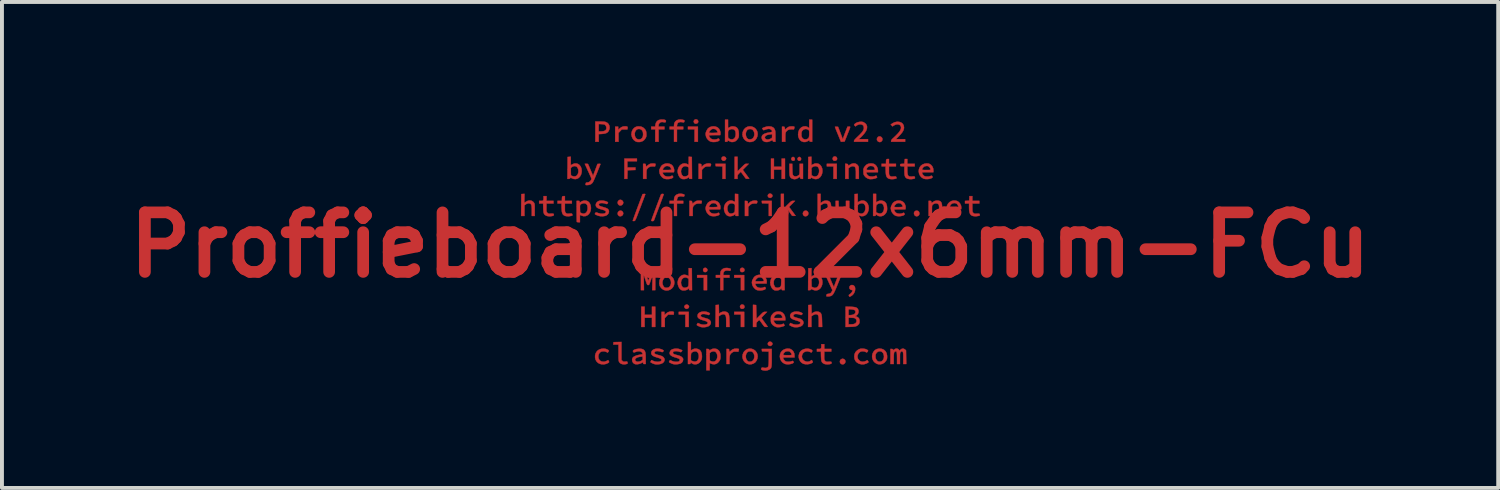
<source format=kicad_pcb>
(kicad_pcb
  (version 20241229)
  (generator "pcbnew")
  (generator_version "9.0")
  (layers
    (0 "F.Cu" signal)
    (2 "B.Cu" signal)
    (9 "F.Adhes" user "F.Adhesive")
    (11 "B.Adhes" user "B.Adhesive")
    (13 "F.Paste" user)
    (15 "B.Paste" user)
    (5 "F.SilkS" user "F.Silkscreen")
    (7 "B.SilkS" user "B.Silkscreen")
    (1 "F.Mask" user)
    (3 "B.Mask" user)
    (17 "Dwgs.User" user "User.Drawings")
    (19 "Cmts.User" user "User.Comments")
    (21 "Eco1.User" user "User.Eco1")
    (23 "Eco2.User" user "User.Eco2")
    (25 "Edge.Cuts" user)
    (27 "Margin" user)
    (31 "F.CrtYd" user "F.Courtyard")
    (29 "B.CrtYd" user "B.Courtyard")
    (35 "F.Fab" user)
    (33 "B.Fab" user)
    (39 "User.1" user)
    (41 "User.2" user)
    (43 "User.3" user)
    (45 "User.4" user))
  (footprint "Proffieboard-12x6mm-FCu"
    (layer "F.Cu")
    (at 16.154 3.222)
    (property "Reference" "Proffieboard-12x6mm-FCu" (at 0 0 0) (layer "F.Cu") (effects (font (size 1.524 1.524) (thickness 0.3))))
    (attr through_hole)
    (fp_poly (pts (xy -1.571 2.098) (xy -1.656 2.098) (xy -1.656 1.778) (xy -1.825 1.778) (xy -1.825 1.712) (xy -1.571 1.712) (xy -1.571 2.098)) (stroke (width 0.01) (type solid)) (fill yes) (layer "F.Cu"))
    (fp_poly (pts (xy -1.336 -2.643) (xy -1.421 -2.643) (xy -1.421 -2.963) (xy -1.59 -2.963) (xy -1.59 -3.029) (xy -1.336 -3.029) (xy -1.336 -2.643)) (stroke (width 0.01) (type solid)) (fill yes) (layer "F.Cu"))
    (fp_poly (pts (xy -1.101 1.157) (xy -1.185 1.157) (xy -1.185 0.837) (xy -1.355 0.837) (xy -1.355 0.771) (xy -1.101 0.771) (xy -1.101 1.157)) (stroke (width 0.01) (type solid)) (fill yes) (layer "F.Cu"))
    (fp_poly (pts (xy -0.151 1.157) (xy -0.235 1.157) (xy -0.235 0.837) (xy -0.405 0.837) (xy -0.405 0.771) (xy -0.151 0.771) (xy -0.151 1.157)) (stroke (width 0.01) (type solid)) (fill yes) (layer "F.Cu"))
    (fp_poly (pts (xy -0.151 2.098) (xy -0.235 2.098) (xy -0.235 1.778) (xy -0.405 1.778) (xy -0.405 1.712) (xy -0.151 1.712) (xy -0.151 2.098)) (stroke (width 0.01) (type solid)) (fill yes) (layer "F.Cu"))
    (fp_poly (pts (xy 2.22 -1.693) (xy 2.135 -1.693) (xy 2.135 -2.013) (xy 1.966 -2.013) (xy 1.966 -2.079) (xy 2.22 -2.079) (xy 2.22 -1.693)) (stroke (width 0.01) (type solid)) (fill yes) (layer "F.Cu"))
    (fp_poly (pts (xy -0.63 -1.693) (xy -0.706 -1.693) (xy -0.706 -2.012) (xy -0.793 -2.015) (xy -0.88 -2.018) (xy -0.885 -2.079) (xy -0.63 -2.079) (xy -0.63 -1.693)) (stroke (width 0.01) (type solid)) (fill yes) (layer "F.Cu"))
    (fp_poly (pts (xy 0.555 -0.743) (xy 0.48 -0.743) (xy 0.48 -1.062) (xy 0.393 -1.065) (xy 0.306 -1.068) (xy 0.3 -1.129) (xy 0.555 -1.129) (xy 0.555 -0.743)) (stroke (width 0.01) (type solid)) (fill yes) (layer "F.Cu"))
    (fp_poly (pts (xy -2.897 -2.145) (xy -3.142 -2.145) (xy -3.142 -1.985) (xy -2.935 -1.985) (xy -2.935 -1.92) (xy -3.036 -1.917) (xy -3.137 -1.914) (xy -3.14 -1.804) (xy -3.143 -1.693) (xy -3.217 -1.693) (xy -3.217 -2.211) (xy -2.897 -2.211) (xy -2.897 -2.145)) (stroke (width 0.01) (type solid)) (fill yes) (layer "F.Cu"))
    (fp_poly (pts (xy -2.7 1.787) (xy -2.512 1.787) (xy -2.512 1.58) (xy -2.427 1.58) (xy -2.427 2.098) (xy -2.512 2.098) (xy -2.512 1.863) (xy -2.7 1.863) (xy -2.7 2.098) (xy -2.785 2.098) (xy -2.785 1.58) (xy -2.7 1.58) (xy -2.7 1.787)) (stroke (width 0.01) (type solid)) (fill yes) (layer "F.Cu"))
    (fp_poly (pts (xy 0.611 -2.004) (xy 0.809 -2.004) (xy 0.809 -2.211) (xy 0.894 -2.211) (xy 0.894 -1.693) (xy 0.809 -1.693) (xy 0.809 -1.929) (xy 0.611 -1.929) (xy 0.611 -1.693) (xy 0.536 -1.693) (xy 0.536 -2.211) (xy 0.611 -2.211) (xy 0.611 -2.004)) (stroke (width 0.01) (type solid)) (fill yes) (layer "F.Cu"))
    (fp_poly (pts (xy -1.132 0.586) (xy -1.108 0.601) (xy -1.093 0.626) (xy -1.091 0.641) (xy -1.099 0.669) (xy -1.119 0.687) (xy -1.145 0.696) (xy -1.172 0.691) (xy -1.189 0.679) (xy -1.202 0.652) (xy -1.201 0.623) (xy -1.187 0.599) (xy -1.16 0.585) (xy -1.132 0.586)) (stroke (width 0.01) (type solid)) (fill yes) (layer "F.Cu"))
    (fp_poly (pts (xy -1.354 -3.209) (xy -1.335 -3.19) (xy -1.327 -3.164) (xy -1.331 -3.137) (xy -1.344 -3.12) (xy -1.368 -3.108) (xy -1.397 -3.105) (xy -1.417 -3.112) (xy -1.436 -3.134) (xy -1.443 -3.161) (xy -1.438 -3.182) (xy -1.421 -3.206) (xy -1.399 -3.216) (xy -1.382 -3.217) (xy -1.354 -3.209)) (stroke (width 0.01) (type solid)) (fill yes) (layer "F.Cu"))
    (fp_poly (pts (xy -0.169 0.591) (xy -0.15 0.611) (xy -0.142 0.637) (xy -0.146 0.664) (xy -0.158 0.681) (xy -0.183 0.693) (xy -0.211 0.695) (xy -0.231 0.689) (xy -0.251 0.667) (xy -0.258 0.639) (xy -0.253 0.619) (xy -0.236 0.595) (xy -0.213 0.585) (xy -0.197 0.583) (xy -0.169 0.591)) (stroke (width 0.01) (type solid)) (fill yes) (layer "F.Cu"))
    (fp_poly (pts (xy -0.169 1.532) (xy -0.15 1.552) (xy -0.142 1.578) (xy -0.146 1.605) (xy -0.158 1.621) (xy -0.183 1.634) (xy -0.211 1.636) (xy -0.231 1.63) (xy -0.251 1.608) (xy -0.258 1.58) (xy -0.253 1.559) (xy -0.236 1.535) (xy -0.213 1.525) (xy -0.197 1.524) (xy -0.169 1.532)) (stroke (width 0.01) (type solid)) (fill yes) (layer "F.Cu"))
    (fp_poly (pts (xy 1.11 -2.253) (xy 1.124 -2.245) (xy 1.142 -2.224) (xy 1.148 -2.197) (xy 1.141 -2.172) (xy 1.136 -2.166) (xy 1.115 -2.155) (xy 1.088 -2.158) (xy 1.068 -2.169) (xy 1.055 -2.194) (xy 1.057 -2.221) (xy 1.075 -2.243) (xy 1.077 -2.245) (xy 1.096 -2.254) (xy 1.11 -2.253)) (stroke (width 0.01) (type solid)) (fill yes) (layer "F.Cu"))
    (fp_poly (pts (xy 1.27 -2.253) (xy 1.284 -2.245) (xy 1.304 -2.223) (xy 1.308 -2.198) (xy 1.299 -2.175) (xy 1.279 -2.158) (xy 1.257 -2.154) (xy 1.24 -2.161) (xy 1.228 -2.169) (xy 1.215 -2.194) (xy 1.217 -2.221) (xy 1.235 -2.243) (xy 1.237 -2.245) (xy 1.255 -2.254) (xy 1.27 -2.253)) (stroke (width 0.01) (type solid)) (fill yes) (layer "F.Cu"))
    (fp_poly (pts (xy 2.202 -2.259) (xy 2.221 -2.24) (xy 2.229 -2.213) (xy 2.225 -2.186) (xy 2.212 -2.17) (xy 2.188 -2.157) (xy 2.159 -2.155) (xy 2.139 -2.161) (xy 2.12 -2.184) (xy 2.113 -2.211) (xy 2.118 -2.232) (xy 2.135 -2.256) (xy 2.157 -2.266) (xy 2.174 -2.267) (xy 2.202 -2.259)) (stroke (width 0.01) (type solid)) (fill yes) (layer "F.Cu"))
    (fp_poly (pts (xy -3.289 -1.149) (xy -3.263 -1.128) (xy -3.248 -1.1) (xy -3.246 -1.085) (xy -3.254 -1.052) (xy -3.274 -1.027) (xy -3.302 -1.012) (xy -3.333 -1.011) (xy -3.357 -1.021) (xy -3.381 -1.048) (xy -3.39 -1.078) (xy -3.386 -1.109) (xy -3.37 -1.135) (xy -3.343 -1.153) (xy -3.318 -1.157) (xy -3.289 -1.149)) (stroke (width 0.01) (type solid)) (fill yes) (layer "F.Cu"))
    (fp_poly (pts (xy -0.644 -2.258) (xy -0.622 -2.241) (xy -0.612 -2.216) (xy -0.611 -2.211) (xy -0.62 -2.186) (xy -0.64 -2.166) (xy -0.666 -2.155) (xy -0.673 -2.154) (xy -0.697 -2.161) (xy -0.715 -2.173) (xy -0.732 -2.199) (xy -0.73 -2.227) (xy -0.719 -2.246) (xy -0.698 -2.263) (xy -0.671 -2.266) (xy -0.644 -2.258)) (stroke (width 0.01) (type solid)) (fill yes) (layer "F.Cu"))
    (fp_poly (pts (xy 0.542 -1.308) (xy 0.563 -1.29) (xy 0.574 -1.265) (xy 0.574 -1.261) (xy 0.566 -1.236) (xy 0.545 -1.216) (xy 0.519 -1.205) (xy 0.513 -1.204) (xy 0.488 -1.211) (xy 0.47 -1.223) (xy 0.454 -1.249) (xy 0.456 -1.277) (xy 0.466 -1.296) (xy 0.487 -1.312) (xy 0.514 -1.316) (xy 0.542 -1.308)) (stroke (width 0.01) (type solid)) (fill yes) (layer "F.Cu"))
    (fp_poly (pts (xy 0.542 2.483) (xy 0.563 2.501) (xy 0.574 2.526) (xy 0.574 2.531) (xy 0.566 2.555) (xy 0.545 2.576) (xy 0.519 2.587) (xy 0.513 2.587) (xy 0.488 2.58) (xy 0.47 2.568) (xy 0.454 2.542) (xy 0.456 2.514) (xy 0.466 2.495) (xy 0.487 2.479) (xy 0.514 2.475) (xy 0.542 2.483)) (stroke (width 0.01) (type solid)) (fill yes) (layer "F.Cu"))
    (fp_poly (pts (xy 2.403 2.921) (xy 2.428 2.942) (xy 2.442 2.971) (xy 2.442 2.995) (xy 2.427 3.028) (xy 2.401 3.05) (xy 2.371 3.057) (xy 2.343 3.051) (xy 2.325 3.041) (xy 2.304 3.014) (xy 2.299 2.983) (xy 2.307 2.953) (xy 2.326 2.929) (xy 2.356 2.915) (xy 2.371 2.913) (xy 2.403 2.921)) (stroke (width 0.01) (type solid)) (fill yes) (layer "F.Cu"))
    (fp_poly (pts (xy 4.301 -0.871) (xy 4.325 -0.848) (xy 4.336 -0.814) (xy 4.337 -0.805) (xy 4.329 -0.773) (xy 4.309 -0.749) (xy 4.282 -0.736) (xy 4.253 -0.735) (xy 4.225 -0.748) (xy 4.215 -0.759) (xy 4.198 -0.792) (xy 4.197 -0.824) (xy 4.21 -0.853) (xy 4.234 -0.872) (xy 4.266 -0.879) (xy 4.301 -0.871)) (stroke (width 0.01) (type solid)) (fill yes) (layer "F.Cu"))
    (fp_poly (pts (xy -3.286 -0.872) (xy -3.263 -0.853) (xy -3.25 -0.827) (xy -3.248 -0.797) (xy -3.26 -0.768) (xy -3.269 -0.757) (xy -3.298 -0.739) (xy -3.33 -0.734) (xy -3.359 -0.744) (xy -3.361 -0.746) (xy -3.383 -0.772) (xy -3.39 -0.805) (xy -3.383 -0.837) (xy -3.361 -0.864) (xy -3.346 -0.873) (xy -3.314 -0.88) (xy -3.286 -0.872)) (stroke (width 0.01) (type solid)) (fill yes) (layer "F.Cu"))
    (fp_poly (pts (xy -1.596 1.532) (xy -1.574 1.55) (xy -1.562 1.574) (xy -1.562 1.58) (xy -1.57 1.605) (xy -1.59 1.625) (xy -1.616 1.636) (xy -1.623 1.637) (xy -1.647 1.63) (xy -1.665 1.618) (xy -1.679 1.598) (xy -1.684 1.58) (xy -1.676 1.556) (xy -1.655 1.536) (xy -1.629 1.525) (xy -1.623 1.524) (xy -1.596 1.532)) (stroke (width 0.01) (type solid)) (fill yes) (layer "F.Cu"))
    (fp_poly (pts (xy 1.456 -0.872) (xy 1.478 -0.853) (xy 1.491 -0.827) (xy 1.493 -0.797) (xy 1.482 -0.768) (xy 1.473 -0.757) (xy 1.444 -0.739) (xy 1.411 -0.734) (xy 1.382 -0.744) (xy 1.38 -0.746) (xy 1.358 -0.772) (xy 1.351 -0.805) (xy 1.359 -0.837) (xy 1.38 -0.864) (xy 1.395 -0.873) (xy 1.427 -0.88) (xy 1.456 -0.872)) (stroke (width 0.01) (type solid)) (fill yes) (layer "F.Cu"))
    (fp_poly (pts (xy 3.33 -2.779) (xy 3.356 -2.767) (xy 3.377 -2.747) (xy 3.389 -2.72) (xy 3.387 -2.688) (xy 3.386 -2.682) (xy 3.367 -2.652) (xy 3.339 -2.636) (xy 3.307 -2.635) (xy 3.276 -2.651) (xy 3.269 -2.657) (xy 3.25 -2.685) (xy 3.247 -2.715) (xy 3.256 -2.741) (xy 3.276 -2.767) (xy 3.302 -2.779) (xy 3.33 -2.779)) (stroke (width 0.01) (type solid)) (fill yes) (layer "F.Cu"))
    (fp_poly (pts (xy -3.164 -3.036) (xy -3.143 -3.029) (xy -3.135 -3.014) (xy -3.136 -2.99) (xy -3.142 -2.959) (xy -3.284 -2.959) (xy -3.326 -2.914) (xy -3.368 -2.87) (xy -3.368 -2.643) (xy -3.453 -2.643) (xy -3.453 -3.029) (xy -3.377 -3.029) (xy -3.377 -2.944) (xy -3.343 -2.978) (xy -3.298 -3.014) (xy -3.249 -3.034) (xy -3.201 -3.038) (xy -3.164 -3.036)) (stroke (width 0.01) (type solid)) (fill yes) (layer "F.Cu"))
    (fp_poly (pts (xy -1.979 1.705) (xy -1.958 1.712) (xy -1.949 1.727) (xy -1.951 1.751) (xy -1.957 1.783) (xy -2.099 1.783) (xy -2.141 1.827) (xy -2.183 1.871) (xy -2.183 2.098) (xy -2.267 2.098) (xy -2.267 1.712) (xy -2.192 1.712) (xy -2.192 1.797) (xy -2.158 1.763) (xy -2.112 1.727) (xy -2.064 1.708) (xy -2.016 1.703) (xy -1.979 1.705)) (stroke (width 0.01) (type solid)) (fill yes) (layer "F.Cu"))
    (fp_poly (pts (xy -2.217 -3.21) (xy -2.179 -3.202) (xy -2.158 -3.189) (xy -2.154 -3.177) (xy -2.158 -3.151) (xy -2.17 -3.14) (xy -2.194 -3.14) (xy -2.207 -3.143) (xy -2.256 -3.149) (xy -2.295 -3.14) (xy -2.324 -3.117) (xy -2.34 -3.083) (xy -2.342 -3.057) (xy -2.342 -3.029) (xy -2.192 -3.029) (xy -2.192 -2.963) (xy -2.342 -2.963) (xy -2.342 -2.643) (xy -2.427 -2.643) (xy -2.427 -2.963) (xy -2.531 -2.963) (xy -2.531 -3.029) (xy -2.43 -3.029) (xy -2.424 -3.074) (xy -2.409 -3.129) (xy -2.382 -3.17) (xy -2.342 -3.197) (xy -2.29 -3.21) (xy -2.272 -3.211) (xy -2.217 -3.21)) (stroke (width 0.01) (type solid)) (fill yes) (layer "F.Cu"))
    (fp_poly (pts (xy -1.029 -2.086) (xy -1.008 -2.079) (xy -0.999 -2.065) (xy -1.002 -2.043) (xy -1.003 -2.04) (xy -1.009 -2.023) (xy -1.017 -2.014) (xy -1.033 -2.011) (xy -1.063 -2.012) (xy -1.063 -2.012) (xy -1.11 -2.011) (xy -1.146 -2.001) (xy -1.179 -1.98) (xy -1.198 -1.961) (xy -1.232 -1.926) (xy -1.232 -1.693) (xy -1.317 -1.693) (xy -1.317 -2.08) (xy -1.282 -2.077) (xy -1.26 -2.074) (xy -1.249 -2.066) (xy -1.245 -2.048) (xy -1.244 -2.034) (xy -1.241 -1.994) (xy -1.217 -2.022) (xy -1.179 -2.055) (xy -1.129 -2.078) (xy -1.076 -2.088) (xy -1.067 -2.088) (xy -1.029 -2.086)) (stroke (width 0.01) (type solid)) (fill yes) (layer "F.Cu"))
    (fp_poly (pts (xy 0.156 -1.136) (xy 0.178 -1.129) (xy 0.186 -1.115) (xy 0.183 -1.093) (xy 0.182 -1.09) (xy 0.177 -1.073) (xy 0.168 -1.064) (xy 0.152 -1.061) (xy 0.122 -1.062) (xy 0.122 -1.062) (xy 0.075 -1.061) (xy 0.039 -1.051) (xy 0.007 -1.029) (xy -0.013 -1.01) (xy -0.047 -0.975) (xy -0.047 -0.743) (xy -0.132 -0.743) (xy -0.132 -1.13) (xy -0.096 -1.127) (xy -0.074 -1.124) (xy -0.064 -1.116) (xy -0.059 -1.098) (xy -0.058 -1.084) (xy -0.055 -1.044) (xy -0.032 -1.072) (xy 0.007 -1.105) (xy 0.056 -1.128) (xy 0.11 -1.138) (xy 0.118 -1.138) (xy 0.156 -1.136)) (stroke (width 0.01) (type solid)) (fill yes) (layer "F.Cu"))
    (fp_poly (pts (xy -0.32 -1.887) (xy -0.223 -1.983) (xy -0.185 -2.02) (xy -0.158 -2.046) (xy -0.138 -2.063) (xy -0.122 -2.073) (xy -0.108 -2.078) (xy -0.091 -2.079) (xy -0.08 -2.079) (xy -0.033 -2.079) (xy -0.187 -1.924) (xy -0.103 -1.811) (xy -0.02 -1.698) (xy -0.063 -1.695) (xy -0.097 -1.696) (xy -0.113 -1.704) (xy -0.114 -1.705) (xy -0.122 -1.717) (xy -0.139 -1.741) (xy -0.161 -1.772) (xy -0.179 -1.796) (xy -0.237 -1.874) (xy -0.278 -1.834) (xy -0.302 -1.81) (xy -0.314 -1.791) (xy -0.319 -1.77) (xy -0.32 -1.743) (xy -0.32 -1.693) (xy -0.395 -1.693) (xy -0.395 -2.258) (xy -0.32 -2.258) (xy -0.32 -1.887)) (stroke (width 0.01) (type solid)) (fill yes) (layer "F.Cu"))
    (fp_poly (pts (xy 1.806 -1.072) (xy 1.844 -1.102) (xy 1.89 -1.128) (xy 1.942 -1.137) (xy 1.994 -1.13) (xy 2.007 -1.126) (xy 2.031 -1.112) (xy 2.049 -1.094) (xy 2.063 -1.069) (xy 2.071 -1.033) (xy 2.076 -0.985) (xy 2.079 -0.921) (xy 2.079 -0.887) (xy 2.079 -0.743) (xy 1.994 -0.743) (xy 1.994 -0.883) (xy 1.994 -0.939) (xy 1.993 -0.979) (xy 1.991 -1.007) (xy 1.987 -1.025) (xy 1.982 -1.038) (xy 1.977 -1.044) (xy 1.951 -1.062) (xy 1.917 -1.067) (xy 1.878 -1.058) (xy 1.845 -1.04) (xy 1.806 -1.013) (xy 1.806 -0.743) (xy 1.731 -0.743) (xy 1.731 -1.308) (xy 1.806 -1.308) (xy 1.806 -1.072)) (stroke (width 0.01) (type solid)) (fill yes) (layer "F.Cu"))
    (fp_poly (pts (xy 0.865 -0.936) (xy 0.962 -1.033) (xy 1 -1.07) (xy 1.027 -1.096) (xy 1.047 -1.113) (xy 1.063 -1.123) (xy 1.078 -1.128) (xy 1.094 -1.129) (xy 1.105 -1.129) (xy 1.152 -1.129) (xy 1.075 -1.051) (xy 0.998 -0.974) (xy 1.082 -0.861) (xy 1.165 -0.748) (xy 1.122 -0.745) (xy 1.089 -0.746) (xy 1.072 -0.753) (xy 1.071 -0.754) (xy 1.063 -0.767) (xy 1.046 -0.791) (xy 1.024 -0.822) (xy 1.007 -0.846) (xy 0.949 -0.924) (xy 0.907 -0.884) (xy 0.884 -0.859) (xy 0.871 -0.841) (xy 0.866 -0.82) (xy 0.865 -0.793) (xy 0.865 -0.743) (xy 0.79 -0.743) (xy 0.79 -1.308) (xy 0.865 -1.308) (xy 0.865 -0.936)) (stroke (width 0.01) (type solid)) (fill yes) (layer "F.Cu"))
    (fp_poly (pts (xy 2.646 1.033) (xy 2.67 1.053) (xy 2.686 1.084) (xy 2.691 1.121) (xy 2.688 1.162) (xy 2.676 1.204) (xy 2.655 1.245) (xy 2.625 1.28) (xy 2.591 1.305) (xy 2.565 1.319) (xy 2.55 1.325) (xy 2.541 1.32) (xy 2.534 1.306) (xy 2.533 1.304) (xy 2.528 1.289) (xy 2.532 1.277) (xy 2.549 1.264) (xy 2.56 1.256) (xy 2.587 1.233) (xy 2.607 1.207) (xy 2.611 1.199) (xy 2.621 1.175) (xy 2.622 1.162) (xy 2.613 1.156) (xy 2.596 1.152) (xy 2.565 1.138) (xy 2.547 1.116) (xy 2.542 1.089) (xy 2.548 1.062) (xy 2.566 1.04) (xy 2.594 1.027) (xy 2.611 1.025) (xy 2.646 1.033)) (stroke (width 0.01) (type solid)) (fill yes) (layer "F.Cu"))
    (fp_poly (pts (xy -3.293 2.945) (xy -3.268 2.969) (xy -3.252 2.983) (xy -3.236 2.99) (xy -3.213 2.989) (xy -3.194 2.987) (xy -3.165 2.984) (xy -3.15 2.986) (xy -3.142 2.993) (xy -3.139 3.003) (xy -3.134 3.025) (xy -3.138 3.036) (xy -3.155 3.045) (xy -3.162 3.047) (xy -3.208 3.056) (xy -3.258 3.054) (xy -3.299 3.043) (xy -3.325 3.026) (xy -3.347 3.002) (xy -3.349 2.999) (xy -3.355 2.988) (xy -3.36 2.975) (xy -3.363 2.958) (xy -3.365 2.933) (xy -3.367 2.9) (xy -3.368 2.854) (xy -3.368 2.793) (xy -3.368 2.759) (xy -3.368 2.549) (xy -3.501 2.549) (xy -3.498 2.519) (xy -3.495 2.488) (xy -3.293 2.483) (xy -3.293 2.945)) (stroke (width 0.01) (type solid)) (fill yes) (layer "F.Cu"))
    (fp_poly (pts (xy -2.463 -2.086) (xy -2.436 -2.082) (xy -2.422 -2.077) (xy -2.42 -2.065) (xy -2.424 -2.044) (xy -2.425 -2.041) (xy -2.433 -2.01) (xy -2.491 -2.012) (xy -2.547 -2.008) (xy -2.592 -1.989) (xy -2.628 -1.956) (xy -2.634 -1.948) (xy -2.642 -1.934) (xy -2.648 -1.917) (xy -2.651 -1.894) (xy -2.652 -1.86) (xy -2.653 -1.812) (xy -2.653 -1.807) (xy -2.653 -1.693) (xy -2.738 -1.693) (xy -2.738 -2.079) (xy -2.705 -2.079) (xy -2.685 -2.078) (xy -2.674 -2.069) (xy -2.668 -2.049) (xy -2.667 -2.041) (xy -2.661 -2.003) (xy -2.625 -2.035) (xy -2.596 -2.057) (xy -2.565 -2.075) (xy -2.554 -2.079) (xy -2.529 -2.084) (xy -2.496 -2.086) (xy -2.463 -2.086)) (stroke (width 0.01) (type solid)) (fill yes) (layer "F.Cu"))
    (fp_poly (pts (xy -1.74 -3.208) (xy -1.705 -3.2) (xy -1.685 -3.191) (xy -1.678 -3.18) (xy -1.682 -3.162) (xy -1.683 -3.159) (xy -1.69 -3.144) (xy -1.701 -3.138) (xy -1.721 -3.141) (xy -1.731 -3.143) (xy -1.776 -3.148) (xy -1.816 -3.142) (xy -1.845 -3.127) (xy -1.849 -3.123) (xy -1.86 -3.103) (xy -1.868 -3.074) (xy -1.869 -3.068) (xy -1.875 -3.029) (xy -1.712 -3.029) (xy -1.712 -2.963) (xy -1.872 -2.963) (xy -1.872 -2.643) (xy -1.947 -2.643) (xy -1.947 -2.963) (xy -2.06 -2.963) (xy -2.06 -3.029) (xy -1.947 -3.029) (xy -1.947 -3.068) (xy -1.939 -3.119) (xy -1.916 -3.16) (xy -1.88 -3.191) (xy -1.833 -3.208) (xy -1.777 -3.212) (xy -1.74 -3.208)) (stroke (width 0.01) (type solid)) (fill yes) (layer "F.Cu"))
    (fp_poly (pts (xy -1.74 -1.308) (xy -1.705 -1.3) (xy -1.685 -1.291) (xy -1.678 -1.279) (xy -1.682 -1.262) (xy -1.683 -1.258) (xy -1.69 -1.243) (xy -1.701 -1.238) (xy -1.721 -1.241) (xy -1.731 -1.243) (xy -1.776 -1.248) (xy -1.816 -1.242) (xy -1.845 -1.226) (xy -1.849 -1.223) (xy -1.86 -1.202) (xy -1.868 -1.174) (xy -1.869 -1.167) (xy -1.875 -1.129) (xy -1.712 -1.129) (xy -1.712 -1.063) (xy -1.872 -1.063) (xy -1.872 -0.743) (xy -1.947 -0.743) (xy -1.947 -1.063) (xy -2.06 -1.063) (xy -2.06 -1.129) (xy -1.947 -1.129) (xy -1.947 -1.168) (xy -1.939 -1.219) (xy -1.916 -1.26) (xy -1.88 -1.29) (xy -1.833 -1.308) (xy -1.777 -1.312) (xy -1.74 -1.308)) (stroke (width 0.01) (type solid)) (fill yes) (layer "F.Cu"))
    (fp_poly (pts (xy -1.278 -1.135) (xy -1.251 -1.132) (xy -1.236 -1.127) (xy -1.235 -1.115) (xy -1.239 -1.093) (xy -1.239 -1.091) (xy -1.247 -1.06) (xy -1.306 -1.062) (xy -1.361 -1.058) (xy -1.406 -1.039) (xy -1.443 -1.005) (xy -1.449 -0.997) (xy -1.457 -0.984) (xy -1.462 -0.967) (xy -1.466 -0.944) (xy -1.467 -0.91) (xy -1.468 -0.862) (xy -1.468 -0.857) (xy -1.468 -0.743) (xy -1.552 -0.743) (xy -1.552 -1.129) (xy -1.52 -1.129) (xy -1.499 -1.127) (xy -1.489 -1.119) (xy -1.483 -1.099) (xy -1.482 -1.091) (xy -1.475 -1.053) (xy -1.44 -1.085) (xy -1.411 -1.107) (xy -1.38 -1.125) (xy -1.369 -1.129) (xy -1.344 -1.134) (xy -1.311 -1.136) (xy -1.278 -1.135)) (stroke (width 0.01) (type solid)) (fill yes) (layer "F.Cu"))
    (fp_poly (pts (xy -0.555 0.593) (xy -0.519 0.601) (xy -0.5 0.609) (xy -0.493 0.621) (xy -0.496 0.638) (xy -0.498 0.642) (xy -0.505 0.657) (xy -0.515 0.662) (xy -0.535 0.66) (xy -0.546 0.657) (xy -0.591 0.653) (xy -0.631 0.659) (xy -0.66 0.674) (xy -0.663 0.678) (xy -0.675 0.698) (xy -0.683 0.726) (xy -0.684 0.733) (xy -0.689 0.771) (xy -0.527 0.771) (xy -0.527 0.837) (xy -0.687 0.837) (xy -0.687 1.157) (xy -0.762 1.157) (xy -0.762 0.837) (xy -0.875 0.837) (xy -0.875 0.771) (xy -0.762 0.771) (xy -0.762 0.733) (xy -0.754 0.681) (xy -0.731 0.64) (xy -0.695 0.61) (xy -0.648 0.592) (xy -0.592 0.588) (xy -0.555 0.593)) (stroke (width 0.01) (type solid)) (fill yes) (layer "F.Cu"))
    (fp_poly (pts (xy -0.316 2.658) (xy -0.295 2.661) (xy -0.287 2.663) (xy -0.287 2.675) (xy -0.291 2.696) (xy -0.292 2.7) (xy -0.301 2.733) (xy -0.36 2.73) (xy -0.396 2.729) (xy -0.421 2.733) (xy -0.443 2.744) (xy -0.451 2.749) (xy -0.482 2.772) (xy -0.503 2.796) (xy -0.516 2.826) (xy -0.524 2.864) (xy -0.527 2.915) (xy -0.527 2.941) (xy -0.527 3.048) (xy -0.602 3.048) (xy -0.602 2.662) (xy -0.569 2.662) (xy -0.547 2.664) (xy -0.538 2.672) (xy -0.536 2.693) (xy -0.536 2.695) (xy -0.533 2.722) (xy -0.525 2.731) (xy -0.509 2.724) (xy -0.498 2.713) (xy -0.452 2.676) (xy -0.399 2.657) (xy -0.347 2.655) (xy -0.316 2.658)) (stroke (width 0.01) (type solid)) (fill yes) (layer "F.Cu"))
    (fp_poly (pts (xy 1.093 -3.036) (xy 1.12 -3.032) (xy 1.134 -3.027) (xy 1.136 -3.015) (xy 1.132 -2.994) (xy 1.131 -2.991) (xy 1.123 -2.96) (xy 1.065 -2.962) (xy 1.009 -2.958) (xy 0.964 -2.94) (xy 0.928 -2.906) (xy 0.922 -2.898) (xy 0.914 -2.884) (xy 0.908 -2.867) (xy 0.905 -2.844) (xy 0.904 -2.81) (xy 0.903 -2.762) (xy 0.903 -2.757) (xy 0.903 -2.643) (xy 0.818 -2.643) (xy 0.818 -3.029) (xy 0.851 -3.029) (xy 0.871 -3.028) (xy 0.882 -3.02) (xy 0.888 -2.999) (xy 0.889 -2.991) (xy 0.895 -2.953) (xy 0.931 -2.985) (xy 0.96 -3.007) (xy 0.991 -3.025) (xy 1.002 -3.029) (xy 1.027 -3.034) (xy 1.06 -3.036) (xy 1.093 -3.036)) (stroke (width 0.01) (type solid)) (fill yes) (layer "F.Cu"))
    (fp_poly (pts (xy 2.555 -3.03) (xy 2.561 -3.027) (xy 2.563 -3.02) (xy 2.56 -3.006) (xy 2.553 -2.983) (xy 2.54 -2.95) (xy 2.522 -2.903) (xy 2.497 -2.842) (xy 2.489 -2.822) (xy 2.42 -2.648) (xy 2.373 -2.645) (xy 2.327 -2.643) (xy 2.25 -2.831) (xy 2.227 -2.887) (xy 2.207 -2.936) (xy 2.191 -2.977) (xy 2.18 -3.007) (xy 2.174 -3.023) (xy 2.173 -3.025) (xy 2.181 -3.028) (xy 2.202 -3.028) (xy 2.213 -3.027) (xy 2.253 -3.024) (xy 2.314 -2.866) (xy 2.374 -2.707) (xy 2.392 -2.758) (xy 2.402 -2.787) (xy 2.417 -2.828) (xy 2.435 -2.875) (xy 2.452 -2.919) (xy 2.495 -3.029) (xy 2.532 -3.029) (xy 2.545 -3.03) (xy 2.555 -3.03)) (stroke (width 0.01) (type solid)) (fill yes) (layer "F.Cu"))
    (fp_poly (pts (xy -2.682 -1.302) (xy -2.682 -1.301) (xy -2.685 -1.291) (xy -2.694 -1.265) (xy -2.709 -1.226) (xy -2.728 -1.174) (xy -2.751 -1.113) (xy -2.777 -1.045) (xy -2.805 -0.97) (xy -2.811 -0.955) (xy -2.844 -0.869) (xy -2.871 -0.799) (xy -2.892 -0.743) (xy -2.909 -0.7) (xy -2.923 -0.668) (xy -2.934 -0.645) (xy -2.942 -0.63) (xy -2.95 -0.621) (xy -2.956 -0.616) (xy -2.963 -0.614) (xy -2.968 -0.613) (xy -2.99 -0.613) (xy -3.003 -0.616) (xy -3.001 -0.626) (xy -2.993 -0.651) (xy -2.979 -0.69) (xy -2.961 -0.741) (xy -2.939 -0.802) (xy -2.914 -0.871) (xy -2.886 -0.945) (xy -2.88 -0.962) (xy -2.751 -1.303) (xy -2.716 -1.306) (xy -2.694 -1.306) (xy -2.682 -1.302)) (stroke (width 0.01) (type solid)) (fill yes) (layer "F.Cu"))
    (fp_poly (pts (xy -0.798 1.646) (xy -0.795 1.759) (xy -0.76 1.734) (xy -0.715 1.713) (xy -0.666 1.704) (xy -0.618 1.71) (xy -0.599 1.717) (xy -0.577 1.73) (xy -0.559 1.747) (xy -0.547 1.771) (xy -0.538 1.803) (xy -0.533 1.848) (xy -0.53 1.907) (xy -0.528 1.95) (xy -0.525 2.098) (xy -0.611 2.098) (xy -0.611 1.966) (xy -0.612 1.902) (xy -0.615 1.854) (xy -0.621 1.82) (xy -0.63 1.797) (xy -0.644 1.783) (xy -0.663 1.776) (xy -0.668 1.775) (xy -0.707 1.775) (xy -0.749 1.792) (xy -0.773 1.807) (xy -0.8 1.826) (xy -0.8 2.098) (xy -0.885 2.098) (xy -0.882 1.818) (xy -0.88 1.538) (xy -0.84 1.535) (xy -0.8 1.532) (xy -0.798 1.646)) (stroke (width 0.01) (type solid)) (fill yes) (layer "F.Cu"))
    (fp_poly (pts (xy 1.573 1.646) (xy 1.576 1.759) (xy 1.611 1.734) (xy 1.655 1.713) (xy 1.705 1.704) (xy 1.753 1.71) (xy 1.771 1.717) (xy 1.794 1.73) (xy 1.811 1.747) (xy 1.824 1.771) (xy 1.832 1.803) (xy 1.838 1.848) (xy 1.841 1.907) (xy 1.842 1.95) (xy 1.846 2.098) (xy 1.759 2.098) (xy 1.759 1.966) (xy 1.758 1.902) (xy 1.755 1.854) (xy 1.75 1.82) (xy 1.74 1.797) (xy 1.727 1.783) (xy 1.708 1.776) (xy 1.703 1.775) (xy 1.664 1.775) (xy 1.622 1.792) (xy 1.598 1.807) (xy 1.571 1.826) (xy 1.571 2.098) (xy 1.486 2.098) (xy 1.489 1.818) (xy 1.491 1.538) (xy 1.531 1.535) (xy 1.57 1.532) (xy 1.573 1.646)) (stroke (width 0.01) (type solid)) (fill yes) (layer "F.Cu"))
    (fp_poly (pts (xy -5.778 -1.193) (xy -5.781 -1.077) (xy -5.735 -1.108) (xy -5.686 -1.132) (xy -5.637 -1.14) (xy -5.592 -1.131) (xy -5.554 -1.106) (xy -5.534 -1.083) (xy -5.526 -1.07) (xy -5.52 -1.056) (xy -5.517 -1.038) (xy -5.514 -1.014) (xy -5.513 -0.978) (xy -5.513 -0.929) (xy -5.513 -0.897) (xy -5.513 -0.743) (xy -5.588 -0.743) (xy -5.588 -0.869) (xy -5.589 -0.933) (xy -5.592 -0.981) (xy -5.597 -1.015) (xy -5.606 -1.038) (xy -5.619 -1.053) (xy -5.636 -1.062) (xy -5.637 -1.062) (xy -5.676 -1.068) (xy -5.716 -1.056) (xy -5.746 -1.038) (xy -5.776 -1.015) (xy -5.776 -0.743) (xy -5.861 -0.743) (xy -5.859 -1.023) (xy -5.856 -1.303) (xy -5.815 -1.306) (xy -5.775 -1.309) (xy -5.778 -1.193)) (stroke (width 0.01) (type solid)) (fill yes) (layer "F.Cu"))
    (fp_poly (pts (xy 2.704 -2.082) (xy 2.743 -2.057) (xy 2.763 -2.033) (xy 2.771 -2.02) (xy 2.777 -2.006) (xy 2.781 -1.989) (xy 2.783 -1.964) (xy 2.784 -1.928) (xy 2.785 -1.879) (xy 2.785 -1.847) (xy 2.785 -1.693) (xy 2.709 -1.693) (xy 2.709 -1.819) (xy 2.709 -1.883) (xy 2.706 -1.931) (xy 2.7 -1.965) (xy 2.691 -1.988) (xy 2.678 -2.003) (xy 2.661 -2.012) (xy 2.66 -2.012) (xy 2.621 -2.018) (xy 2.581 -2.006) (xy 2.552 -1.988) (xy 2.521 -1.965) (xy 2.521 -1.693) (xy 2.437 -1.693) (xy 2.437 -2.08) (xy 2.472 -2.077) (xy 2.496 -2.073) (xy 2.507 -2.064) (xy 2.51 -2.049) (xy 2.513 -2.025) (xy 2.56 -2.057) (xy 2.61 -2.082) (xy 2.659 -2.09) (xy 2.704 -2.082)) (stroke (width 0.01) (type solid)) (fill yes) (layer "F.Cu"))
    (fp_poly (pts (xy 0.555 2.886) (xy 0.555 2.965) (xy 0.554 3.027) (xy 0.551 3.076) (xy 0.547 3.112) (xy 0.54 3.139) (xy 0.529 3.159) (xy 0.516 3.174) (xy 0.497 3.186) (xy 0.479 3.196) (xy 0.435 3.212) (xy 0.385 3.216) (xy 0.325 3.207) (xy 0.322 3.206) (xy 0.293 3.195) (xy 0.282 3.179) (xy 0.288 3.157) (xy 0.294 3.149) (xy 0.304 3.14) (xy 0.319 3.138) (xy 0.345 3.143) (xy 0.346 3.144) (xy 0.392 3.149) (xy 0.43 3.142) (xy 0.458 3.123) (xy 0.469 3.103) (xy 0.473 3.083) (xy 0.476 3.047) (xy 0.478 2.999) (xy 0.48 2.941) (xy 0.48 2.901) (xy 0.48 2.729) (xy 0.393 2.726) (xy 0.306 2.723) (xy 0.303 2.693) (xy 0.3 2.662) (xy 0.555 2.662) (xy 0.555 2.886)) (stroke (width 0.01) (type solid)) (fill yes) (layer "F.Cu"))
    (fp_poly (pts (xy -2.221 -1.305) (xy -2.211 -1.3) (xy -2.211 -1.299) (xy -2.214 -1.289) (xy -2.223 -1.263) (xy -2.237 -1.223) (xy -2.256 -1.172) (xy -2.279 -1.112) (xy -2.304 -1.044) (xy -2.329 -0.977) (xy -2.357 -0.903) (xy -2.383 -0.834) (xy -2.407 -0.772) (xy -2.427 -0.719) (xy -2.442 -0.678) (xy -2.453 -0.649) (xy -2.457 -0.637) (xy -2.468 -0.619) (xy -2.485 -0.612) (xy -2.499 -0.611) (xy -2.52 -0.614) (xy -2.53 -0.62) (xy -2.531 -0.621) (xy -2.527 -0.631) (xy -2.518 -0.656) (xy -2.505 -0.695) (xy -2.487 -0.744) (xy -2.465 -0.801) (xy -2.442 -0.865) (xy -2.416 -0.933) (xy -2.391 -1.002) (xy -2.365 -1.07) (xy -2.34 -1.136) (xy -2.317 -1.196) (xy -2.297 -1.249) (xy -2.281 -1.291) (xy -2.267 -1.304) (xy -2.243 -1.308) (xy -2.221 -1.305)) (stroke (width 0.01) (type solid)) (fill yes) (layer "F.Cu"))
    (fp_poly (pts (xy 3.817 -3.152) (xy 3.869 -3.135) (xy 3.908 -3.104) (xy 3.932 -3.063) (xy 3.942 -3.01) (xy 3.942 -3.006) (xy 3.937 -2.967) (xy 3.922 -2.927) (xy 3.896 -2.884) (xy 3.857 -2.835) (xy 3.811 -2.787) (xy 3.735 -2.709) (xy 3.97 -2.709) (xy 3.97 -2.643) (xy 3.612 -2.643) (xy 3.612 -2.667) (xy 3.619 -2.688) (xy 3.641 -2.715) (xy 3.662 -2.734) (xy 3.729 -2.797) (xy 3.781 -2.85) (xy 3.82 -2.896) (xy 3.846 -2.937) (xy 3.861 -2.972) (xy 3.866 -3.005) (xy 3.866 -3.006) (xy 3.859 -3.042) (xy 3.838 -3.069) (xy 3.807 -3.085) (xy 3.768 -3.089) (xy 3.726 -3.082) (xy 3.684 -3.061) (xy 3.677 -3.057) (xy 3.648 -3.036) (xy 3.625 -3.06) (xy 3.601 -3.083) (xy 3.644 -3.113) (xy 3.699 -3.141) (xy 3.759 -3.154) (xy 3.817 -3.152)) (stroke (width 0.01) (type solid)) (fill yes) (layer "F.Cu"))
    (fp_poly (pts (xy -3.85 -3.161) (xy -3.802 -3.16) (xy -3.758 -3.158) (xy -3.723 -3.154) (xy -3.704 -3.151) (xy -3.657 -3.129) (xy -3.622 -3.095) (xy -3.602 -3.051) (xy -3.596 -3) (xy -3.602 -2.964) (xy -3.62 -2.919) (xy -3.646 -2.886) (xy -3.684 -2.863) (xy -3.736 -2.849) (xy -3.793 -2.843) (xy -3.876 -2.838) (xy -3.876 -2.643) (xy -3.961 -2.643) (xy -3.961 -2.907) (xy -3.876 -2.907) (xy -3.819 -2.907) (xy -3.782 -2.909) (xy -3.747 -2.915) (xy -3.73 -2.92) (xy -3.706 -2.934) (xy -3.689 -2.951) (xy -3.688 -2.953) (xy -3.678 -2.989) (xy -3.683 -3.029) (xy -3.7 -3.063) (xy -3.701 -3.064) (xy -3.714 -3.077) (xy -3.728 -3.085) (xy -3.749 -3.09) (xy -3.782 -3.093) (xy -3.8 -3.094) (xy -3.876 -3.097) (xy -3.876 -2.907) (xy -3.961 -2.907) (xy -3.961 -3.161) (xy -3.85 -3.161)) (stroke (width 0.01) (type solid)) (fill yes) (layer "F.Cu"))
    (fp_poly (pts (xy 1.083 -1.939) (xy 1.085 -1.883) (xy 1.087 -1.843) (xy 1.09 -1.815) (xy 1.094 -1.797) (xy 1.1 -1.785) (xy 1.104 -1.78) (xy 1.134 -1.759) (xy 1.171 -1.754) (xy 1.21 -1.764) (xy 1.247 -1.788) (xy 1.249 -1.79) (xy 1.257 -1.799) (xy 1.263 -1.809) (xy 1.267 -1.824) (xy 1.269 -1.848) (xy 1.27 -1.884) (xy 1.27 -1.934) (xy 1.27 -1.944) (xy 1.27 -2.079) (xy 1.355 -2.079) (xy 1.355 -1.693) (xy 1.322 -1.693) (xy 1.299 -1.695) (xy 1.288 -1.705) (xy 1.283 -1.72) (xy 1.278 -1.747) (xy 1.231 -1.716) (xy 1.18 -1.69) (xy 1.131 -1.684) (xy 1.082 -1.696) (xy 1.072 -1.7) (xy 1.05 -1.714) (xy 1.033 -1.731) (xy 1.021 -1.754) (xy 1.013 -1.786) (xy 1.009 -1.829) (xy 1.007 -1.887) (xy 1.007 -1.931) (xy 1.007 -2.079) (xy 1.08 -2.079) (xy 1.083 -1.939)) (stroke (width 0.01) (type solid)) (fill yes) (layer "F.Cu"))
    (fp_poly (pts (xy 2.269 -0.989) (xy 2.27 -0.933) (xy 2.272 -0.893) (xy 2.275 -0.865) (xy 2.279 -0.847) (xy 2.285 -0.835) (xy 2.289 -0.829) (xy 2.32 -0.809) (xy 2.356 -0.804) (xy 2.395 -0.813) (xy 2.432 -0.838) (xy 2.434 -0.84) (xy 2.442 -0.848) (xy 2.448 -0.859) (xy 2.452 -0.874) (xy 2.454 -0.898) (xy 2.455 -0.933) (xy 2.455 -0.984) (xy 2.455 -0.994) (xy 2.455 -1.129) (xy 2.54 -1.129) (xy 2.54 -0.743) (xy 2.507 -0.743) (xy 2.484 -0.745) (xy 2.473 -0.755) (xy 2.468 -0.77) (xy 2.463 -0.797) (xy 2.416 -0.765) (xy 2.366 -0.74) (xy 2.316 -0.734) (xy 2.267 -0.746) (xy 2.258 -0.75) (xy 2.235 -0.764) (xy 2.218 -0.781) (xy 2.206 -0.804) (xy 2.199 -0.836) (xy 2.194 -0.879) (xy 2.192 -0.937) (xy 2.192 -0.981) (xy 2.192 -1.129) (xy 2.265 -1.129) (xy 2.269 -0.989)) (stroke (width 0.01) (type solid)) (fill yes) (layer "F.Cu"))
    (fp_poly (pts (xy 4.84 -1.131) (xy 4.868 -1.12) (xy 4.889 -1.101) (xy 4.904 -1.072) (xy 4.913 -1.031) (xy 4.918 -0.977) (xy 4.92 -0.906) (xy 4.92 -0.889) (xy 4.92 -0.743) (xy 4.847 -0.743) (xy 4.843 -0.883) (xy 4.842 -0.939) (xy 4.84 -0.98) (xy 4.837 -1.007) (xy 4.833 -1.026) (xy 4.827 -1.038) (xy 4.823 -1.042) (xy 4.794 -1.061) (xy 4.758 -1.067) (xy 4.719 -1.059) (xy 4.683 -1.037) (xy 4.679 -1.033) (xy 4.67 -1.024) (xy 4.664 -1.014) (xy 4.66 -0.999) (xy 4.658 -0.976) (xy 4.657 -0.942) (xy 4.657 -0.893) (xy 4.657 -0.878) (xy 4.657 -0.743) (xy 4.572 -0.743) (xy 4.572 -1.129) (xy 4.604 -1.129) (xy 4.627 -1.127) (xy 4.638 -1.116) (xy 4.643 -1.1) (xy 4.649 -1.071) (xy 4.669 -1.089) (xy 4.716 -1.122) (xy 4.766 -1.136) (xy 4.804 -1.136) (xy 4.84 -1.131)) (stroke (width 0.01) (type solid)) (fill yes) (layer "F.Cu"))
    (fp_poly (pts (xy 5.691 -1.129) (xy 5.87 -1.129) (xy 5.87 -1.063) (xy 5.691 -1.063) (xy 5.691 -0.954) (xy 5.692 -0.907) (xy 5.693 -0.875) (xy 5.696 -0.854) (xy 5.701 -0.84) (xy 5.709 -0.829) (xy 5.716 -0.822) (xy 5.73 -0.809) (xy 5.745 -0.802) (xy 5.766 -0.8) (xy 5.8 -0.801) (xy 5.807 -0.801) (xy 5.841 -0.802) (xy 5.862 -0.801) (xy 5.873 -0.797) (xy 5.878 -0.787) (xy 5.88 -0.779) (xy 5.883 -0.763) (xy 5.877 -0.754) (xy 5.859 -0.747) (xy 5.846 -0.744) (xy 5.79 -0.735) (xy 5.737 -0.736) (xy 5.692 -0.746) (xy 5.682 -0.75) (xy 5.652 -0.771) (xy 5.631 -0.8) (xy 5.617 -0.839) (xy 5.609 -0.892) (xy 5.607 -0.957) (xy 5.607 -1.063) (xy 5.503 -1.063) (xy 5.503 -1.128) (xy 5.557 -1.131) (xy 5.612 -1.134) (xy 5.614 -1.192) (xy 5.617 -1.251) (xy 5.691 -1.251) (xy 5.691 -1.129)) (stroke (width 0.01) (type solid)) (fill yes) (layer "F.Cu"))
    (fp_poly (pts (xy 1.54 2.667) (xy 1.549 2.671) (xy 1.579 2.687) (xy 1.594 2.702) (xy 1.594 2.718) (xy 1.586 2.733) (xy 1.571 2.755) (xy 1.527 2.736) (xy 1.477 2.722) (xy 1.43 2.725) (xy 1.388 2.742) (xy 1.355 2.771) (xy 1.334 2.811) (xy 1.326 2.856) (xy 1.335 2.901) (xy 1.358 2.939) (xy 1.391 2.967) (xy 1.432 2.985) (xy 1.476 2.99) (xy 1.521 2.981) (xy 1.55 2.965) (xy 1.578 2.945) (xy 1.594 2.968) (xy 1.605 2.988) (xy 1.606 3.002) (xy 1.593 3.015) (xy 1.57 3.029) (xy 1.525 3.046) (xy 1.472 3.054) (xy 1.417 3.053) (xy 1.368 3.043) (xy 1.367 3.043) (xy 1.32 3.016) (xy 1.283 2.977) (xy 1.258 2.928) (xy 1.246 2.875) (xy 1.248 2.82) (xy 1.264 2.766) (xy 1.286 2.729) (xy 1.324 2.694) (xy 1.373 2.67) (xy 1.429 2.656) (xy 1.486 2.655) (xy 1.54 2.667)) (stroke (width 0.01) (type solid)) (fill yes) (layer "F.Cu"))
    (fp_poly (pts (xy -5.212 -1.129) (xy -5.033 -1.129) (xy -5.033 -1.063) (xy -5.212 -1.063) (xy -5.213 -0.981) (xy -5.214 -0.927) (xy -5.214 -0.889) (xy -5.211 -0.863) (xy -5.206 -0.845) (xy -5.198 -0.832) (xy -5.187 -0.82) (xy -5.186 -0.82) (xy -5.171 -0.808) (xy -5.154 -0.802) (xy -5.132 -0.8) (xy -5.098 -0.803) (xy -5.06 -0.804) (xy -5.038 -0.801) (xy -5.027 -0.791) (xy -5.024 -0.773) (xy -5.024 -0.766) (xy -5.032 -0.754) (xy -5.055 -0.744) (xy -5.087 -0.738) (xy -5.125 -0.735) (xy -5.164 -0.736) (xy -5.198 -0.742) (xy -5.22 -0.75) (xy -5.247 -0.766) (xy -5.266 -0.784) (xy -5.279 -0.807) (xy -5.288 -0.838) (xy -5.292 -0.882) (xy -5.295 -0.941) (xy -5.298 -1.063) (xy -5.4 -1.063) (xy -5.4 -1.129) (xy -5.349 -1.129) (xy -5.319 -1.13) (xy -5.301 -1.137) (xy -5.291 -1.153) (xy -5.288 -1.182) (xy -5.287 -1.211) (xy -5.287 -1.251) (xy -5.212 -1.251) (xy -5.212 -1.129)) (stroke (width 0.01) (type solid)) (fill yes) (layer "F.Cu"))
    (fp_poly (pts (xy 1.9 2.662) (xy 2.079 2.662) (xy 2.079 2.728) (xy 1.9 2.728) (xy 1.899 2.81) (xy 1.898 2.864) (xy 1.898 2.902) (xy 1.901 2.928) (xy 1.906 2.946) (xy 1.914 2.959) (xy 1.925 2.971) (xy 1.926 2.972) (xy 1.941 2.984) (xy 1.958 2.99) (xy 1.98 2.991) (xy 2.014 2.989) (xy 2.052 2.987) (xy 2.074 2.99) (xy 2.085 3) (xy 2.088 3.019) (xy 2.088 3.025) (xy 2.08 3.037) (xy 2.057 3.047) (xy 2.025 3.054) (xy 1.987 3.056) (xy 1.948 3.055) (xy 1.914 3.049) (xy 1.892 3.041) (xy 1.865 3.025) (xy 1.846 3.008) (xy 1.833 2.985) (xy 1.824 2.953) (xy 1.82 2.909) (xy 1.817 2.85) (xy 1.814 2.728) (xy 1.712 2.728) (xy 1.712 2.662) (xy 1.763 2.662) (xy 1.793 2.661) (xy 1.811 2.654) (xy 1.821 2.638) (xy 1.824 2.61) (xy 1.825 2.58) (xy 1.825 2.54) (xy 1.9 2.54) (xy 1.9 2.662)) (stroke (width 0.01) (type solid)) (fill yes) (layer "F.Cu"))
    (fp_poly (pts (xy 2.9 -3.146) (xy 2.908 -3.142) (xy 2.954 -3.11) (xy 2.984 -3.071) (xy 2.996 -3.026) (xy 2.991 -2.975) (xy 2.969 -2.919) (xy 2.929 -2.859) (xy 2.913 -2.84) (xy 2.882 -2.805) (xy 2.851 -2.772) (xy 2.825 -2.747) (xy 2.816 -2.739) (xy 2.78 -2.709) (xy 3.02 -2.709) (xy 3.02 -2.643) (xy 2.662 -2.643) (xy 2.662 -2.665) (xy 2.667 -2.68) (xy 2.684 -2.702) (xy 2.712 -2.732) (xy 2.755 -2.773) (xy 2.756 -2.774) (xy 2.812 -2.828) (xy 2.854 -2.873) (xy 2.884 -2.912) (xy 2.903 -2.947) (xy 2.913 -2.979) (xy 2.914 -2.988) (xy 2.911 -3.029) (xy 2.895 -3.061) (xy 2.867 -3.081) (xy 2.831 -3.09) (xy 2.79 -3.086) (xy 2.746 -3.069) (xy 2.727 -3.057) (xy 2.698 -3.036) (xy 2.679 -3.056) (xy 2.665 -3.071) (xy 2.665 -3.081) (xy 2.677 -3.096) (xy 2.712 -3.123) (xy 2.757 -3.142) (xy 2.808 -3.153) (xy 2.858 -3.155) (xy 2.9 -3.146)) (stroke (width 0.01) (type solid)) (fill yes) (layer "F.Cu"))
    (fp_poly (pts (xy -4.741 -1.129) (xy -4.563 -1.129) (xy -4.563 -1.063) (xy -4.741 -1.063) (xy -4.741 -0.954) (xy -4.741 -0.907) (xy -4.74 -0.875) (xy -4.737 -0.854) (xy -4.732 -0.84) (xy -4.724 -0.829) (xy -4.717 -0.821) (xy -4.703 -0.809) (xy -4.688 -0.802) (xy -4.668 -0.8) (xy -4.637 -0.802) (xy -4.627 -0.803) (xy -4.593 -0.805) (xy -4.572 -0.805) (xy -4.561 -0.8) (xy -4.555 -0.79) (xy -4.552 -0.784) (xy -4.547 -0.766) (xy -4.55 -0.755) (xy -4.565 -0.748) (xy -4.588 -0.743) (xy -4.64 -0.735) (xy -4.691 -0.736) (xy -4.735 -0.744) (xy -4.75 -0.75) (xy -4.777 -0.767) (xy -4.797 -0.789) (xy -4.81 -0.819) (xy -4.819 -0.859) (xy -4.823 -0.914) (xy -4.825 -0.948) (xy -4.828 -1.063) (xy -4.929 -1.063) (xy -4.929 -1.129) (xy -4.817 -1.129) (xy -4.817 -1.175) (xy -4.815 -1.213) (xy -4.81 -1.236) (xy -4.798 -1.248) (xy -4.778 -1.251) (xy -4.773 -1.251) (xy -4.741 -1.251) (xy -4.741 -1.129)) (stroke (width 0.01) (type solid)) (fill yes) (layer "F.Cu"))
    (fp_poly (pts (xy -3.693 2.661) (xy -3.66 2.674) (xy -3.631 2.69) (xy -3.618 2.704) (xy -3.618 2.718) (xy -3.629 2.735) (xy -3.646 2.757) (xy -3.683 2.737) (xy -3.723 2.724) (xy -3.768 2.722) (xy -3.809 2.731) (xy -3.83 2.741) (xy -3.861 2.773) (xy -3.879 2.812) (xy -3.886 2.855) (xy -3.88 2.897) (xy -3.864 2.935) (xy -3.836 2.965) (xy -3.803 2.982) (xy -3.759 2.99) (xy -3.722 2.988) (xy -3.683 2.973) (xy -3.676 2.97) (xy -3.633 2.948) (xy -3.618 2.974) (xy -3.609 2.992) (xy -3.611 3.003) (xy -3.627 3.016) (xy -3.629 3.018) (xy -3.682 3.044) (xy -3.743 3.056) (xy -3.804 3.054) (xy -3.839 3.045) (xy -3.867 3.033) (xy -3.891 3.02) (xy -3.893 3.018) (xy -3.931 2.981) (xy -3.956 2.934) (xy -3.968 2.88) (xy -3.967 2.825) (xy -3.952 2.772) (xy -3.923 2.724) (xy -3.907 2.707) (xy -3.863 2.677) (xy -3.808 2.659) (xy -3.75 2.653) (xy -3.693 2.661)) (stroke (width 0.01) (type solid)) (fill yes) (layer "F.Cu"))
    (fp_poly (pts (xy 3.556 -2.079) (xy 3.735 -2.079) (xy 3.735 -2.013) (xy 3.556 -2.013) (xy 3.556 -1.905) (xy 3.556 -1.858) (xy 3.557 -1.826) (xy 3.56 -1.804) (xy 3.565 -1.79) (xy 3.573 -1.779) (xy 3.58 -1.772) (xy 3.595 -1.759) (xy 3.609 -1.752) (xy 3.629 -1.75) (xy 3.66 -1.752) (xy 3.67 -1.753) (xy 3.705 -1.755) (xy 3.725 -1.755) (xy 3.736 -1.75) (xy 3.742 -1.74) (xy 3.745 -1.734) (xy 3.751 -1.716) (xy 3.748 -1.705) (xy 3.733 -1.699) (xy 3.71 -1.693) (xy 3.657 -1.685) (xy 3.606 -1.686) (xy 3.562 -1.694) (xy 3.547 -1.7) (xy 3.52 -1.717) (xy 3.501 -1.739) (xy 3.487 -1.769) (xy 3.479 -1.809) (xy 3.474 -1.864) (xy 3.473 -1.898) (xy 3.469 -2.013) (xy 3.368 -2.013) (xy 3.368 -2.079) (xy 3.481 -2.079) (xy 3.481 -2.125) (xy 3.482 -2.163) (xy 3.488 -2.186) (xy 3.499 -2.198) (xy 3.519 -2.201) (xy 3.524 -2.201) (xy 3.556 -2.201) (xy 3.556 -2.079)) (stroke (width 0.01) (type solid)) (fill yes) (layer "F.Cu"))
    (fp_poly (pts (xy 4.026 -2.079) (xy 4.215 -2.079) (xy 4.215 -2.013) (xy 4.026 -2.013) (xy 4.026 -1.919) (xy 4.028 -1.856) (xy 4.034 -1.811) (xy 4.046 -1.779) (xy 4.066 -1.76) (xy 4.095 -1.752) (xy 4.135 -1.751) (xy 4.158 -1.753) (xy 4.189 -1.756) (xy 4.206 -1.754) (xy 4.214 -1.748) (xy 4.218 -1.738) (xy 4.223 -1.717) (xy 4.219 -1.705) (xy 4.202 -1.698) (xy 4.189 -1.694) (xy 4.139 -1.686) (xy 4.085 -1.686) (xy 4.037 -1.695) (xy 4.024 -1.7) (xy 3.996 -1.715) (xy 3.977 -1.736) (xy 3.963 -1.765) (xy 3.955 -1.806) (xy 3.952 -1.862) (xy 3.951 -1.899) (xy 3.951 -2.012) (xy 3.897 -2.015) (xy 3.867 -2.017) (xy 3.85 -2.021) (xy 3.844 -2.029) (xy 3.843 -2.044) (xy 3.843 -2.046) (xy 3.844 -2.062) (xy 3.85 -2.071) (xy 3.865 -2.075) (xy 3.894 -2.077) (xy 3.896 -2.077) (xy 3.95 -2.08) (xy 3.956 -2.141) (xy 3.963 -2.201) (xy 4.026 -2.201) (xy 4.026 -2.079)) (stroke (width 0.01) (type solid)) (fill yes) (layer "F.Cu"))
    (fp_poly (pts (xy -2.745 0.642) (xy -2.696 0.644) (xy -2.651 0.786) (xy -2.636 0.832) (xy -2.623 0.871) (xy -2.612 0.898) (xy -2.605 0.912) (xy -2.603 0.913) (xy -2.598 0.899) (xy -2.59 0.871) (xy -2.578 0.832) (xy -2.563 0.786) (xy -2.558 0.769) (xy -2.551 0.748) (xy -2.493 0.748) (xy -2.488 0.753) (xy -2.484 0.748) (xy -2.488 0.743) (xy -2.493 0.748) (xy -2.551 0.748) (xy -2.518 0.64) (xy -2.427 0.64) (xy -2.427 1.157) (xy -2.505 1.157) (xy -2.5 0.962) (xy -2.494 0.767) (xy -2.53 0.87) (xy -2.55 0.926) (xy -2.564 0.967) (xy -2.575 0.994) (xy -2.583 1.011) (xy -2.59 1.021) (xy -2.598 1.025) (xy -2.606 1.025) (xy -2.609 1.025) (xy -2.619 1.025) (xy -2.626 1.023) (xy -2.633 1.016) (xy -2.64 1.002) (xy -2.65 0.979) (xy -2.662 0.943) (xy -2.679 0.893) (xy -2.685 0.875) (xy -2.724 0.757) (xy -2.72 0.957) (xy -2.717 1.157) (xy -2.794 1.157) (xy -2.794 0.639) (xy -2.745 0.642)) (stroke (width 0.01) (type solid)) (fill yes) (layer "F.Cu"))
    (fp_poly (pts (xy 0.047 -3.031) (xy 0.096 -3.012) (xy 0.138 -2.979) (xy 0.171 -2.935) (xy 0.188 -2.892) (xy 0.195 -2.837) (xy 0.186 -2.779) (xy 0.163 -2.726) (xy 0.13 -2.684) (xy 0.085 -2.654) (xy 0.032 -2.638) (xy -0.023 -2.636) (xy -0.075 -2.649) (xy -0.124 -2.68) (xy -0.161 -2.722) (xy -0.185 -2.772) (xy -0.194 -2.824) (xy -0.11 -2.824) (xy -0.101 -2.78) (xy -0.083 -2.742) (xy -0.055 -2.715) (xy -0.043 -2.709) (xy -0.006 -2.702) (xy 0.034 -2.709) (xy 0.068 -2.728) (xy 0.077 -2.736) (xy 0.099 -2.774) (xy 0.11 -2.82) (xy 0.108 -2.868) (xy 0.094 -2.912) (xy 0.07 -2.945) (xy 0.048 -2.961) (xy 0.02 -2.967) (xy 0 -2.968) (xy -0.034 -2.965) (xy -0.058 -2.955) (xy -0.07 -2.945) (xy -0.094 -2.911) (xy -0.107 -2.869) (xy -0.11 -2.824) (xy -0.194 -2.824) (xy -0.194 -2.827) (xy -0.19 -2.883) (xy -0.169 -2.936) (xy -0.148 -2.968) (xy -0.105 -3.007) (xy -0.057 -3.03) (xy -0.005 -3.037) (xy 0.047 -3.031)) (stroke (width 0.01) (type solid)) (fill yes) (layer "F.Cu"))
    (fp_poly (pts (xy 0.047 2.66) (xy 0.096 2.68) (xy 0.138 2.712) (xy 0.171 2.757) (xy 0.188 2.8) (xy 0.195 2.855) (xy 0.186 2.912) (xy 0.163 2.965) (xy 0.13 3.008) (xy 0.085 3.037) (xy 0.032 3.054) (xy -0.023 3.056) (xy -0.075 3.042) (xy -0.124 3.012) (xy -0.161 2.97) (xy -0.185 2.919) (xy -0.194 2.867) (xy -0.11 2.867) (xy -0.101 2.911) (xy -0.083 2.949) (xy -0.055 2.977) (xy -0.043 2.983) (xy -0.006 2.99) (xy 0.034 2.983) (xy 0.068 2.963) (xy 0.077 2.955) (xy 0.099 2.917) (xy 0.11 2.871) (xy 0.108 2.824) (xy 0.094 2.78) (xy 0.07 2.746) (xy 0.048 2.731) (xy 0.02 2.724) (xy 0 2.723) (xy -0.034 2.726) (xy -0.058 2.737) (xy -0.07 2.746) (xy -0.094 2.78) (xy -0.107 2.822) (xy -0.11 2.867) (xy -0.194 2.867) (xy -0.194 2.865) (xy -0.19 2.809) (xy -0.169 2.755) (xy -0.148 2.723) (xy -0.105 2.685) (xy -0.057 2.662) (xy -0.005 2.654) (xy 0.047 2.66)) (stroke (width 0.01) (type solid)) (fill yes) (layer "F.Cu"))
    (fp_poly (pts (xy 2.893 2.655) (xy 2.946 2.662) (xy 2.987 2.677) (xy 2.994 2.681) (xy 3.016 2.696) (xy 3.022 2.71) (xy 3.013 2.728) (xy 3.003 2.74) (xy 2.99 2.751) (xy 2.978 2.749) (xy 2.967 2.743) (xy 2.93 2.727) (xy 2.886 2.721) (xy 2.843 2.726) (xy 2.837 2.728) (xy 2.799 2.75) (xy 2.771 2.784) (xy 2.754 2.826) (xy 2.75 2.87) (xy 2.762 2.913) (xy 2.763 2.916) (xy 2.794 2.956) (xy 2.834 2.981) (xy 2.881 2.99) (xy 2.932 2.983) (xy 2.959 2.972) (xy 3.003 2.951) (xy 3.02 2.973) (xy 3.031 2.99) (xy 3.031 3.002) (xy 3.019 3.014) (xy 2.992 3.028) (xy 2.979 3.035) (xy 2.918 3.054) (xy 2.855 3.056) (xy 2.795 3.042) (xy 2.785 3.038) (xy 2.733 3.007) (xy 2.697 2.967) (xy 2.675 2.917) (xy 2.668 2.855) (xy 2.668 2.853) (xy 2.676 2.793) (xy 2.7 2.742) (xy 2.74 2.701) (xy 2.775 2.678) (xy 2.806 2.664) (xy 2.831 2.656) (xy 2.859 2.654) (xy 2.893 2.655)) (stroke (width 0.01) (type solid)) (fill yes) (layer "F.Cu"))
    (fp_poly (pts (xy 3.376 2.661) (xy 3.428 2.684) (xy 3.468 2.721) (xy 3.495 2.771) (xy 3.508 2.832) (xy 3.509 2.858) (xy 3.508 2.896) (xy 3.503 2.923) (xy 3.493 2.946) (xy 3.478 2.969) (xy 3.439 3.014) (xy 3.39 3.043) (xy 3.336 3.056) (xy 3.28 3.053) (xy 3.241 3.04) (xy 3.192 3.008) (xy 3.157 2.968) (xy 3.135 2.922) (xy 3.125 2.872) (xy 3.126 2.849) (xy 3.209 2.849) (xy 3.215 2.897) (xy 3.233 2.939) (xy 3.262 2.972) (xy 3.275 2.98) (xy 3.308 2.989) (xy 3.346 2.985) (xy 3.38 2.971) (xy 3.393 2.959) (xy 3.419 2.916) (xy 3.429 2.866) (xy 3.424 2.814) (xy 3.405 2.767) (xy 3.377 2.737) (xy 3.343 2.722) (xy 3.306 2.721) (xy 3.271 2.734) (xy 3.24 2.759) (xy 3.218 2.796) (xy 3.217 2.801) (xy 3.209 2.849) (xy 3.126 2.849) (xy 3.127 2.821) (xy 3.14 2.773) (xy 3.164 2.729) (xy 3.198 2.692) (xy 3.242 2.667) (xy 3.296 2.654) (xy 3.315 2.653) (xy 3.376 2.661)) (stroke (width 0.01) (type solid)) (fill yes) (layer "F.Cu"))
    (fp_poly (pts (xy -4.165 -2.078) (xy -4.15 -2.07) (xy -4.14 -2.053) (xy -4.136 -2.044) (xy -4.127 -2.022) (xy -4.112 -1.987) (xy -4.094 -1.944) (xy -4.074 -1.897) (xy -4.071 -1.889) (xy -4.02 -1.77) (xy -3.963 -1.922) (xy -3.906 -2.074) (xy -3.866 -2.077) (xy -3.841 -2.078) (xy -3.831 -2.073) (xy -3.831 -2.068) (xy -3.879 -1.948) (xy -3.92 -1.846) (xy -3.955 -1.762) (xy -3.984 -1.694) (xy -4.006 -1.644) (xy -4.023 -1.61) (xy -4.032 -1.594) (xy -4.07 -1.559) (xy -4.119 -1.539) (xy -4.168 -1.533) (xy -4.196 -1.534) (xy -4.21 -1.537) (xy -4.213 -1.545) (xy -4.211 -1.555) (xy -4.206 -1.576) (xy -4.205 -1.587) (xy -4.196 -1.596) (xy -4.172 -1.599) (xy -4.169 -1.599) (xy -4.127 -1.608) (xy -4.092 -1.633) (xy -4.069 -1.668) (xy -4.064 -1.684) (xy -4.063 -1.699) (xy -4.069 -1.72) (xy -4.082 -1.75) (xy -4.09 -1.768) (xy -4.107 -1.804) (xy -4.128 -1.852) (xy -4.153 -1.905) (xy -4.176 -1.957) (xy -4.177 -1.959) (xy -4.232 -2.079) (xy -4.191 -2.079) (xy -4.165 -2.078)) (stroke (width 0.01) (type solid)) (fill yes) (layer "F.Cu"))
    (fp_poly (pts (xy 0.115 1.535) (xy 0.155 1.538) (xy 0.165 1.891) (xy 0.254 1.802) (xy 0.29 1.766) (xy 0.316 1.741) (xy 0.335 1.725) (xy 0.35 1.717) (xy 0.365 1.713) (xy 0.383 1.712) (xy 0.39 1.712) (xy 0.437 1.712) (xy 0.364 1.785) (xy 0.335 1.815) (xy 0.311 1.841) (xy 0.296 1.859) (xy 0.292 1.865) (xy 0.297 1.875) (xy 0.312 1.897) (xy 0.333 1.928) (xy 0.361 1.966) (xy 0.372 1.981) (xy 0.4 2.019) (xy 0.424 2.053) (xy 0.442 2.078) (xy 0.451 2.092) (xy 0.452 2.093) (xy 0.443 2.096) (xy 0.422 2.098) (xy 0.41 2.098) (xy 0.391 2.097) (xy 0.377 2.094) (xy 0.364 2.086) (xy 0.349 2.069) (xy 0.328 2.042) (xy 0.31 2.016) (xy 0.285 1.981) (xy 0.264 1.952) (xy 0.249 1.931) (xy 0.243 1.924) (xy 0.232 1.925) (xy 0.212 1.939) (xy 0.198 1.952) (xy 0.176 1.975) (xy 0.165 1.993) (xy 0.161 2.016) (xy 0.16 2.043) (xy 0.16 2.098) (xy 0.075 2.098) (xy 0.075 1.532) (xy 0.115 1.535)) (stroke (width 0.01) (type solid)) (fill yes) (layer "F.Cu"))
    (fp_poly (pts (xy 1.973 0.773) (xy 2.015 0.776) (xy 2.078 0.924) (xy 2.098 0.973) (xy 2.117 1.015) (xy 2.132 1.047) (xy 2.142 1.067) (xy 2.146 1.072) (xy 2.153 1.064) (xy 2.159 1.047) (xy 2.164 1.029) (xy 2.175 0.997) (xy 2.19 0.956) (xy 2.207 0.91) (xy 2.213 0.896) (xy 2.26 0.771) (xy 2.297 0.771) (xy 2.32 0.772) (xy 2.332 0.775) (xy 2.333 0.776) (xy 2.33 0.786) (xy 2.32 0.811) (xy 2.306 0.848) (xy 2.287 0.896) (xy 2.265 0.951) (xy 2.244 1.003) (xy 2.212 1.082) (xy 2.185 1.146) (xy 2.162 1.196) (xy 2.143 1.233) (xy 2.125 1.261) (xy 2.108 1.281) (xy 2.091 1.295) (xy 2.073 1.304) (xy 2.048 1.311) (xy 2.017 1.316) (xy 1.987 1.317) (xy 1.963 1.315) (xy 1.955 1.312) (xy 1.953 1.3) (xy 1.956 1.281) (xy 1.963 1.265) (xy 1.977 1.256) (xy 2.003 1.251) (xy 2.006 1.251) (xy 2.043 1.243) (xy 2.067 1.229) (xy 2.087 1.202) (xy 2.093 1.19) (xy 2.108 1.157) (xy 2.019 0.964) (xy 1.93 0.77) (xy 1.973 0.773)) (stroke (width 0.01) (type solid)) (fill yes) (layer "F.Cu"))
    (fp_poly (pts (xy -4.591 -2.042) (xy -4.551 -2.065) (xy -4.5 -2.085) (xy -4.452 -2.088) (xy -4.407 -2.075) (xy -4.369 -2.049) (xy -4.338 -2.01) (xy -4.318 -1.961) (xy -4.31 -1.902) (xy -4.311 -1.871) (xy -4.324 -1.81) (xy -4.349 -1.76) (xy -4.383 -1.721) (xy -4.425 -1.696) (xy -4.472 -1.686) (xy -4.523 -1.692) (xy -4.555 -1.705) (xy -4.581 -1.718) (xy -4.595 -1.722) (xy -4.602 -1.719) (xy -4.605 -1.711) (xy -4.616 -1.698) (xy -4.641 -1.693) (xy -4.643 -1.693) (xy -4.676 -1.693) (xy -4.674 -1.934) (xy -4.59 -1.934) (xy -4.589 -1.897) (xy -4.589 -1.878) (xy -4.586 -1.783) (xy -4.553 -1.766) (xy -4.513 -1.754) (xy -4.473 -1.757) (xy -4.439 -1.774) (xy -4.438 -1.775) (xy -4.413 -1.808) (xy -4.398 -1.849) (xy -4.394 -1.894) (xy -4.4 -1.938) (xy -4.416 -1.977) (xy -4.441 -2.005) (xy -4.453 -2.012) (xy -4.49 -2.02) (xy -4.531 -2.013) (xy -4.567 -1.993) (xy -4.578 -1.984) (xy -4.585 -1.973) (xy -4.589 -1.958) (xy -4.59 -1.934) (xy -4.674 -1.934) (xy -4.673 -1.973) (xy -4.671 -2.253) (xy -4.631 -2.256) (xy -4.591 -2.259) (xy -4.591 -2.042)) (stroke (width 0.01) (type solid)) (fill yes) (layer "F.Cu"))
    (fp_poly (pts (xy -2.795 -3.032) (xy -2.743 -3.011) (xy -2.7 -2.973) (xy -2.686 -2.956) (xy -2.67 -2.93) (xy -2.661 -2.904) (xy -2.656 -2.871) (xy -2.655 -2.848) (xy -2.654 -2.808) (xy -2.657 -2.779) (xy -2.666 -2.754) (xy -2.674 -2.738) (xy -2.71 -2.689) (xy -2.756 -2.656) (xy -2.812 -2.638) (xy -2.834 -2.636) (xy -2.873 -2.636) (xy -2.902 -2.641) (xy -2.93 -2.653) (xy -2.935 -2.655) (xy -2.979 -2.689) (xy -3.011 -2.733) (xy -3.03 -2.784) (xy -3.037 -2.836) (xy -2.954 -2.836) (xy -2.947 -2.786) (xy -2.928 -2.746) (xy -2.9 -2.717) (xy -2.864 -2.702) (xy -2.824 -2.703) (xy -2.794 -2.714) (xy -2.763 -2.74) (xy -2.744 -2.78) (xy -2.738 -2.833) (xy -2.738 -2.836) (xy -2.744 -2.891) (xy -2.762 -2.931) (xy -2.792 -2.958) (xy -2.794 -2.958) (xy -2.836 -2.971) (xy -2.875 -2.968) (xy -2.909 -2.949) (xy -2.935 -2.916) (xy -2.95 -2.873) (xy -2.954 -2.836) (xy -3.037 -2.836) (xy -3.037 -2.839) (xy -3.03 -2.893) (xy -3.011 -2.944) (xy -2.978 -2.987) (xy -2.952 -3.008) (xy -2.918 -3.026) (xy -2.879 -3.035) (xy -2.856 -3.036) (xy -2.795 -3.032)) (stroke (width 0.01) (type solid)) (fill yes) (layer "F.Cu"))
    (fp_poly (pts (xy -2.097 0.764) (xy -2.046 0.782) (xy -2.003 0.813) (xy -1.968 0.855) (xy -1.946 0.908) (xy -1.938 0.967) (xy -1.947 1.025) (xy -1.97 1.075) (xy -2.005 1.116) (xy -2.05 1.146) (xy -2.1 1.163) (xy -2.154 1.165) (xy -2.209 1.151) (xy -2.221 1.145) (xy -2.264 1.114) (xy -2.293 1.078) (xy -2.31 1.051) (xy -2.319 1.027) (xy -2.323 0.999) (xy -2.323 0.988) (xy -2.244 0.988) (xy -2.243 0.992) (xy -2.231 1.029) (xy -2.212 1.063) (xy -2.189 1.087) (xy -2.18 1.091) (xy -2.149 1.097) (xy -2.112 1.094) (xy -2.08 1.084) (xy -2.068 1.076) (xy -2.04 1.04) (xy -2.026 0.995) (xy -2.024 0.947) (xy -2.036 0.901) (xy -2.059 0.861) (xy -2.069 0.851) (xy -2.093 0.838) (xy -2.128 0.833) (xy -2.137 0.833) (xy -2.168 0.834) (xy -2.189 0.842) (xy -2.206 0.858) (xy -2.207 0.859) (xy -2.23 0.897) (xy -2.243 0.943) (xy -2.244 0.988) (xy -2.323 0.988) (xy -2.324 0.968) (xy -2.317 0.902) (xy -2.296 0.849) (xy -2.261 0.808) (xy -2.211 0.778) (xy -2.209 0.777) (xy -2.152 0.762) (xy -2.097 0.764)) (stroke (width 0.01) (type solid)) (fill yes) (layer "F.Cu"))
    (fp_poly (pts (xy -0.865 2.661) (xy -0.838 2.672) (xy -0.8 2.703) (xy -0.774 2.745) (xy -0.76 2.8) (xy -0.757 2.851) (xy -0.758 2.891) (xy -0.762 2.919) (xy -0.771 2.943) (xy -0.786 2.969) (xy -0.823 3.015) (xy -0.867 3.044) (xy -0.916 3.055) (xy -0.968 3.049) (xy -0.995 3.039) (xy -1.035 3.021) (xy -1.035 3.208) (xy -1.119 3.208) (xy -1.119 2.807) (xy -1.034 2.807) (xy -1.033 2.845) (xy -1.033 2.863) (xy -1.03 2.959) (xy -0.997 2.976) (xy -0.957 2.987) (xy -0.917 2.985) (xy -0.883 2.967) (xy -0.882 2.966) (xy -0.857 2.933) (xy -0.842 2.892) (xy -0.838 2.847) (xy -0.844 2.803) (xy -0.86 2.765) (xy -0.885 2.737) (xy -0.897 2.73) (xy -0.934 2.722) (xy -0.975 2.729) (xy -1.011 2.748) (xy -1.022 2.758) (xy -1.029 2.768) (xy -1.033 2.783) (xy -1.034 2.807) (xy -1.119 2.807) (xy -1.119 2.662) (xy -1.086 2.662) (xy -1.061 2.665) (xy -1.049 2.675) (xy -1.047 2.681) (xy -1.042 2.695) (xy -1.035 2.698) (xy -1.02 2.691) (xy -1.004 2.679) (xy -0.962 2.66) (xy -0.913 2.654) (xy -0.865 2.661)) (stroke (width 0.01) (type solid)) (fill yes) (layer "F.Cu"))
    (fp_poly (pts (xy -1.515 2.699) (xy -1.47 2.675) (xy -1.436 2.66) (xy -1.405 2.654) (xy -1.375 2.655) (xy -1.323 2.667) (xy -1.282 2.694) (xy -1.254 2.735) (xy -1.237 2.79) (xy -1.232 2.85) (xy -1.234 2.89) (xy -1.238 2.92) (xy -1.248 2.946) (xy -1.26 2.969) (xy -1.295 3.013) (xy -1.338 3.042) (xy -1.386 3.056) (xy -1.437 3.053) (xy -1.464 3.044) (xy -1.486 3.032) (xy -1.499 3.021) (xy -1.5 3.021) (xy -1.512 3.011) (xy -1.522 3.017) (xy -1.524 3.029) (xy -1.528 3.042) (xy -1.542 3.047) (xy -1.557 3.048) (xy -1.59 3.048) (xy -1.59 2.864) (xy -1.515 2.864) (xy -1.515 2.955) (xy -1.475 2.973) (xy -1.429 2.987) (xy -1.388 2.984) (xy -1.355 2.966) (xy -1.348 2.959) (xy -1.325 2.922) (xy -1.313 2.88) (xy -1.312 2.835) (xy -1.32 2.794) (xy -1.336 2.758) (xy -1.361 2.733) (xy -1.386 2.723) (xy -1.424 2.724) (xy -1.464 2.737) (xy -1.498 2.76) (xy -1.499 2.76) (xy -1.506 2.772) (xy -1.511 2.791) (xy -1.514 2.82) (xy -1.515 2.864) (xy -1.59 2.864) (xy -1.59 2.484) (xy -1.515 2.484) (xy -1.515 2.699)) (stroke (width 0.01) (type solid)) (fill yes) (layer "F.Cu"))
    (fp_poly (pts (xy 1.59 -2.643) (xy 1.557 -2.643) (xy 1.534 -2.646) (xy 1.525 -2.654) (xy 1.524 -2.662) (xy 1.522 -2.676) (xy 1.515 -2.679) (xy 1.499 -2.673) (xy 1.472 -2.657) (xy 1.424 -2.638) (xy 1.372 -2.636) (xy 1.321 -2.653) (xy 1.282 -2.682) (xy 1.254 -2.723) (xy 1.236 -2.772) (xy 1.23 -2.825) (xy 1.231 -2.831) (xy 1.314 -2.831) (xy 1.318 -2.786) (xy 1.331 -2.749) (xy 1.332 -2.749) (xy 1.36 -2.718) (xy 1.396 -2.703) (xy 1.438 -2.704) (xy 1.452 -2.709) (xy 1.48 -2.722) (xy 1.498 -2.738) (xy 1.508 -2.762) (xy 1.513 -2.797) (xy 1.515 -2.845) (xy 1.514 -2.887) (xy 1.513 -2.915) (xy 1.509 -2.931) (xy 1.502 -2.942) (xy 1.494 -2.949) (xy 1.455 -2.966) (xy 1.413 -2.969) (xy 1.374 -2.957) (xy 1.342 -2.932) (xy 1.33 -2.915) (xy 1.317 -2.877) (xy 1.314 -2.831) (xy 1.231 -2.831) (xy 1.235 -2.879) (xy 1.25 -2.931) (xy 1.277 -2.976) (xy 1.314 -3.011) (xy 1.322 -3.016) (xy 1.371 -3.035) (xy 1.421 -3.038) (xy 1.468 -3.023) (xy 1.48 -3.015) (xy 1.515 -2.992) (xy 1.515 -3.208) (xy 1.59 -3.208) (xy 1.59 -2.643)) (stroke (width 0.01) (type solid)) (fill yes) (layer "F.Cu"))
    (fp_poly (pts (xy 1.571 -2.042) (xy 1.611 -2.065) (xy 1.662 -2.086) (xy 1.711 -2.088) (xy 1.757 -2.076) (xy 1.796 -2.048) (xy 1.826 -2.009) (xy 1.846 -1.958) (xy 1.853 -1.897) (xy 1.853 -1.896) (xy 1.846 -1.834) (xy 1.826 -1.781) (xy 1.796 -1.738) (xy 1.758 -1.706) (xy 1.713 -1.689) (xy 1.664 -1.687) (xy 1.613 -1.702) (xy 1.607 -1.705) (xy 1.581 -1.718) (xy 1.568 -1.722) (xy 1.561 -1.718) (xy 1.558 -1.711) (xy 1.549 -1.698) (xy 1.527 -1.693) (xy 1.52 -1.693) (xy 1.486 -1.693) (xy 1.488 -1.938) (xy 1.572 -1.938) (xy 1.572 -1.903) (xy 1.573 -1.878) (xy 1.576 -1.783) (xy 1.609 -1.766) (xy 1.64 -1.753) (xy 1.666 -1.751) (xy 1.697 -1.759) (xy 1.702 -1.76) (xy 1.73 -1.779) (xy 1.751 -1.812) (xy 1.765 -1.854) (xy 1.769 -1.9) (xy 1.763 -1.947) (xy 1.755 -1.97) (xy 1.734 -2) (xy 1.702 -2.016) (xy 1.664 -2.019) (xy 1.623 -2.008) (xy 1.597 -1.993) (xy 1.585 -1.984) (xy 1.577 -1.974) (xy 1.573 -1.96) (xy 1.572 -1.938) (xy 1.488 -1.938) (xy 1.489 -1.973) (xy 1.491 -2.253) (xy 1.531 -2.256) (xy 1.571 -2.259) (xy 1.571 -2.042)) (stroke (width 0.01) (type solid)) (fill yes) (layer "F.Cu"))
    (fp_poly (pts (xy 1.571 0.808) (xy 1.611 0.785) (xy 1.662 0.765) (xy 1.711 0.762) (xy 1.757 0.775) (xy 1.796 0.802) (xy 1.826 0.842) (xy 1.846 0.893) (xy 1.853 0.954) (xy 1.853 0.954) (xy 1.846 1.016) (xy 1.826 1.07) (xy 1.796 1.113) (xy 1.758 1.144) (xy 1.713 1.161) (xy 1.664 1.163) (xy 1.613 1.148) (xy 1.607 1.145) (xy 1.581 1.133) (xy 1.568 1.129) (xy 1.561 1.132) (xy 1.558 1.14) (xy 1.549 1.152) (xy 1.527 1.157) (xy 1.52 1.157) (xy 1.486 1.157) (xy 1.488 0.913) (xy 1.572 0.913) (xy 1.572 0.948) (xy 1.573 0.972) (xy 1.576 1.068) (xy 1.609 1.084) (xy 1.64 1.097) (xy 1.666 1.099) (xy 1.697 1.092) (xy 1.702 1.09) (xy 1.73 1.071) (xy 1.751 1.038) (xy 1.765 0.997) (xy 1.769 0.95) (xy 1.763 0.904) (xy 1.755 0.88) (xy 1.734 0.851) (xy 1.702 0.834) (xy 1.664 0.831) (xy 1.623 0.842) (xy 1.597 0.858) (xy 1.585 0.867) (xy 1.577 0.876) (xy 1.573 0.89) (xy 1.572 0.913) (xy 1.488 0.913) (xy 1.489 0.877) (xy 1.491 0.597) (xy 1.531 0.594) (xy 1.571 0.592) (xy 1.571 0.808)) (stroke (width 0.01) (type solid)) (fill yes) (layer "F.Cu"))
    (fp_poly (pts (xy 2.756 -1.092) (xy 2.796 -1.115) (xy 2.847 -1.135) (xy 2.897 -1.138) (xy 2.942 -1.125) (xy 2.981 -1.098) (xy 3.011 -1.058) (xy 3.031 -1.007) (xy 3.039 -0.947) (xy 3.039 -0.946) (xy 3.031 -0.884) (xy 3.012 -0.83) (xy 2.982 -0.787) (xy 2.943 -0.756) (xy 2.898 -0.739) (xy 2.849 -0.737) (xy 2.799 -0.752) (xy 2.792 -0.755) (xy 2.767 -0.768) (xy 2.753 -0.772) (xy 2.746 -0.768) (xy 2.744 -0.76) (xy 2.734 -0.748) (xy 2.712 -0.743) (xy 2.705 -0.743) (xy 2.671 -0.743) (xy 2.674 -0.988) (xy 2.757 -0.988) (xy 2.758 -0.953) (xy 2.758 -0.928) (xy 2.761 -0.833) (xy 2.794 -0.816) (xy 2.825 -0.803) (xy 2.851 -0.801) (xy 2.882 -0.808) (xy 2.887 -0.81) (xy 2.915 -0.829) (xy 2.937 -0.862) (xy 2.95 -0.904) (xy 2.954 -0.95) (xy 2.948 -0.997) (xy 2.941 -1.02) (xy 2.919 -1.049) (xy 2.888 -1.066) (xy 2.85 -1.069) (xy 2.809 -1.058) (xy 2.782 -1.043) (xy 2.77 -1.034) (xy 2.763 -1.024) (xy 2.759 -1.01) (xy 2.757 -0.988) (xy 2.674 -0.988) (xy 2.674 -1.023) (xy 2.676 -1.303) (xy 2.716 -1.306) (xy 2.756 -1.309) (xy 2.756 -1.092)) (stroke (width 0.01) (type solid)) (fill yes) (layer "F.Cu"))
    (fp_poly (pts (xy 3.227 -1.092) (xy 3.271 -1.116) (xy 3.305 -1.131) (xy 3.337 -1.137) (xy 3.366 -1.136) (xy 3.418 -1.124) (xy 3.459 -1.097) (xy 3.488 -1.057) (xy 3.504 -1.001) (xy 3.509 -0.941) (xy 3.508 -0.901) (xy 3.503 -0.871) (xy 3.494 -0.845) (xy 3.481 -0.822) (xy 3.447 -0.778) (xy 3.404 -0.749) (xy 3.355 -0.735) (xy 3.304 -0.738) (xy 3.277 -0.747) (xy 3.255 -0.759) (xy 3.242 -0.77) (xy 3.241 -0.77) (xy 3.229 -0.781) (xy 3.22 -0.774) (xy 3.217 -0.762) (xy 3.214 -0.749) (xy 3.199 -0.744) (xy 3.184 -0.743) (xy 3.151 -0.743) (xy 3.151 -0.925) (xy 3.227 -0.925) (xy 3.227 -0.836) (xy 3.267 -0.818) (xy 3.312 -0.804) (xy 3.353 -0.807) (xy 3.386 -0.825) (xy 3.393 -0.832) (xy 3.416 -0.869) (xy 3.428 -0.912) (xy 3.43 -0.956) (xy 3.422 -0.998) (xy 3.405 -1.033) (xy 3.38 -1.058) (xy 3.356 -1.068) (xy 3.317 -1.067) (xy 3.277 -1.054) (xy 3.244 -1.031) (xy 3.243 -1.031) (xy 3.235 -1.019) (xy 3.23 -1) (xy 3.227 -0.971) (xy 3.227 -0.927) (xy 3.227 -0.925) (xy 3.151 -0.925) (xy 3.151 -1.308) (xy 3.227 -1.308) (xy 3.227 -1.092)) (stroke (width 0.01) (type solid)) (fill yes) (layer "F.Cu"))
    (fp_poly (pts (xy -1.531 0.594) (xy -1.491 0.597) (xy -1.486 1.157) (xy -1.524 1.157) (xy -1.548 1.156) (xy -1.559 1.15) (xy -1.562 1.136) (xy -1.562 1.133) (xy -1.562 1.109) (xy -1.595 1.135) (xy -1.632 1.154) (xy -1.676 1.164) (xy -1.721 1.164) (xy -1.75 1.157) (xy -1.782 1.138) (xy -1.808 1.11) (xy -1.831 1.068) (xy -1.849 1.012) (xy -1.853 0.963) (xy -1.769 0.963) (xy -1.763 1.011) (xy -1.747 1.052) (xy -1.723 1.082) (xy -1.712 1.089) (xy -1.679 1.097) (xy -1.641 1.093) (xy -1.605 1.078) (xy -1.599 1.074) (xy -1.589 1.065) (xy -1.582 1.054) (xy -1.577 1.036) (xy -1.575 1.009) (xy -1.573 0.967) (xy -1.573 0.961) (xy -1.572 0.918) (xy -1.573 0.89) (xy -1.575 0.872) (xy -1.581 0.861) (xy -1.59 0.854) (xy -1.593 0.851) (xy -1.635 0.833) (xy -1.675 0.832) (xy -1.712 0.846) (xy -1.741 0.874) (xy -1.761 0.913) (xy -1.769 0.962) (xy -1.769 0.963) (xy -1.853 0.963) (xy -1.854 0.957) (xy -1.845 0.905) (xy -1.826 0.857) (xy -1.798 0.817) (xy -1.762 0.786) (xy -1.72 0.767) (xy -1.674 0.762) (xy -1.626 0.772) (xy -1.606 0.781) (xy -1.571 0.8) (xy -1.571 0.592) (xy -1.531 0.594)) (stroke (width 0.01) (type solid)) (fill yes) (layer "F.Cu"))
    (fp_poly (pts (xy 0.84 0.594) (xy 0.88 0.597) (xy 0.885 1.157) (xy 0.847 1.157) (xy 0.823 1.156) (xy 0.812 1.15) (xy 0.809 1.136) (xy 0.809 1.133) (xy 0.809 1.109) (xy 0.775 1.135) (xy 0.739 1.154) (xy 0.694 1.164) (xy 0.65 1.164) (xy 0.621 1.157) (xy 0.589 1.138) (xy 0.563 1.11) (xy 0.54 1.068) (xy 0.521 1.012) (xy 0.518 0.963) (xy 0.602 0.963) (xy 0.608 1.011) (xy 0.624 1.052) (xy 0.647 1.082) (xy 0.659 1.089) (xy 0.692 1.097) (xy 0.73 1.093) (xy 0.766 1.078) (xy 0.771 1.074) (xy 0.782 1.065) (xy 0.789 1.054) (xy 0.793 1.036) (xy 0.796 1.009) (xy 0.797 0.967) (xy 0.798 0.961) (xy 0.799 0.918) (xy 0.798 0.89) (xy 0.796 0.872) (xy 0.79 0.861) (xy 0.781 0.854) (xy 0.777 0.851) (xy 0.736 0.833) (xy 0.695 0.832) (xy 0.659 0.846) (xy 0.629 0.874) (xy 0.61 0.913) (xy 0.602 0.962) (xy 0.602 0.963) (xy 0.518 0.963) (xy 0.517 0.957) (xy 0.526 0.905) (xy 0.545 0.857) (xy 0.573 0.817) (xy 0.609 0.786) (xy 0.651 0.767) (xy 0.696 0.762) (xy 0.745 0.772) (xy 0.764 0.781) (xy 0.8 0.8) (xy 0.8 0.592) (xy 0.84 0.594)) (stroke (width 0.01) (type solid)) (fill yes) (layer "F.Cu"))
    (fp_poly (pts (xy -1.531 -2.256) (xy -1.491 -2.253) (xy -1.489 -1.973) (xy -1.486 -1.693) (xy -1.524 -1.693) (xy -1.548 -1.695) (xy -1.559 -1.701) (xy -1.562 -1.715) (xy -1.562 -1.717) (xy -1.562 -1.741) (xy -1.595 -1.716) (xy -1.632 -1.697) (xy -1.676 -1.687) (xy -1.721 -1.687) (xy -1.75 -1.694) (xy -1.782 -1.713) (xy -1.808 -1.741) (xy -1.831 -1.783) (xy -1.849 -1.839) (xy -1.853 -1.887) (xy -1.769 -1.887) (xy -1.763 -1.839) (xy -1.747 -1.798) (xy -1.723 -1.769) (xy -1.712 -1.761) (xy -1.679 -1.753) (xy -1.641 -1.757) (xy -1.605 -1.773) (xy -1.599 -1.776) (xy -1.589 -1.786) (xy -1.582 -1.797) (xy -1.577 -1.814) (xy -1.575 -1.841) (xy -1.573 -1.883) (xy -1.573 -1.889) (xy -1.572 -1.932) (xy -1.573 -1.961) (xy -1.575 -1.978) (xy -1.581 -1.989) (xy -1.59 -1.997) (xy -1.593 -1.999) (xy -1.635 -2.017) (xy -1.675 -2.018) (xy -1.712 -2.004) (xy -1.741 -1.976) (xy -1.761 -1.937) (xy -1.769 -1.888) (xy -1.769 -1.887) (xy -1.853 -1.887) (xy -1.854 -1.894) (xy -1.845 -1.946) (xy -1.826 -1.993) (xy -1.798 -2.033) (xy -1.762 -2.064) (xy -1.72 -2.083) (xy -1.674 -2.089) (xy -1.626 -2.079) (xy -1.606 -2.07) (xy -1.571 -2.051) (xy -1.571 -2.259) (xy -1.531 -2.256)) (stroke (width 0.01) (type solid)) (fill yes) (layer "F.Cu"))
    (fp_poly (pts (xy -0.346 -1.306) (xy -0.306 -1.303) (xy -0.303 -1.023) (xy -0.301 -0.743) (xy -0.339 -0.743) (xy -0.363 -0.744) (xy -0.374 -0.75) (xy -0.376 -0.765) (xy -0.376 -0.767) (xy -0.376 -0.791) (xy -0.41 -0.766) (xy -0.446 -0.747) (xy -0.491 -0.737) (xy -0.536 -0.737) (xy -0.564 -0.744) (xy -0.597 -0.762) (xy -0.622 -0.791) (xy -0.646 -0.833) (xy -0.664 -0.888) (xy -0.668 -0.937) (xy -0.583 -0.937) (xy -0.578 -0.889) (xy -0.562 -0.848) (xy -0.538 -0.819) (xy -0.527 -0.811) (xy -0.494 -0.803) (xy -0.455 -0.807) (xy -0.42 -0.822) (xy -0.414 -0.826) (xy -0.403 -0.836) (xy -0.396 -0.847) (xy -0.392 -0.864) (xy -0.389 -0.891) (xy -0.388 -0.933) (xy -0.388 -0.939) (xy -0.387 -0.982) (xy -0.387 -1.011) (xy -0.39 -1.028) (xy -0.395 -1.039) (xy -0.404 -1.047) (xy -0.408 -1.049) (xy -0.45 -1.067) (xy -0.49 -1.068) (xy -0.526 -1.054) (xy -0.556 -1.026) (xy -0.576 -0.987) (xy -0.583 -0.938) (xy -0.583 -0.937) (xy -0.668 -0.937) (xy -0.668 -0.944) (xy -0.66 -0.996) (xy -0.641 -1.043) (xy -0.612 -1.083) (xy -0.576 -1.114) (xy -0.535 -1.133) (xy -0.489 -1.139) (xy -0.441 -1.129) (xy -0.421 -1.119) (xy -0.386 -1.101) (xy -0.386 -1.309) (xy -0.346 -1.306)) (stroke (width 0.01) (type solid)) (fill yes) (layer "F.Cu"))
    (fp_poly (pts (xy -0.564 -2.992) (xy -0.52 -3.016) (xy -0.485 -3.032) (xy -0.453 -3.037) (xy -0.427 -3.036) (xy -0.376 -3.026) (xy -0.337 -3.003) (xy -0.31 -2.966) (xy -0.293 -2.915) (xy -0.287 -2.849) (xy -0.287 -2.839) (xy -0.287 -2.799) (xy -0.29 -2.771) (xy -0.296 -2.75) (xy -0.306 -2.731) (xy -0.315 -2.718) (xy -0.349 -2.677) (xy -0.383 -2.652) (xy -0.423 -2.639) (xy -0.439 -2.637) (xy -0.474 -2.636) (xy -0.505 -2.645) (xy -0.529 -2.657) (xy -0.555 -2.67) (xy -0.568 -2.675) (xy -0.573 -2.671) (xy -0.574 -2.662) (xy -0.578 -2.649) (xy -0.592 -2.644) (xy -0.607 -2.643) (xy -0.64 -2.643) (xy -0.64 -2.832) (xy -0.564 -2.832) (xy -0.564 -2.789) (xy -0.563 -2.761) (xy -0.559 -2.744) (xy -0.553 -2.733) (xy -0.543 -2.726) (xy -0.543 -2.726) (xy -0.498 -2.705) (xy -0.455 -2.703) (xy -0.422 -2.715) (xy -0.393 -2.74) (xy -0.375 -2.78) (xy -0.367 -2.835) (xy -0.367 -2.846) (xy -0.372 -2.898) (xy -0.387 -2.934) (xy -0.414 -2.957) (xy -0.427 -2.963) (xy -0.472 -2.968) (xy -0.517 -2.955) (xy -0.539 -2.943) (xy -0.55 -2.933) (xy -0.558 -2.923) (xy -0.562 -2.908) (xy -0.564 -2.884) (xy -0.564 -2.846) (xy -0.564 -2.832) (xy -0.64 -2.832) (xy -0.64 -3.208) (xy -0.564 -3.208) (xy -0.564 -2.992)) (stroke (width 0.01) (type solid)) (fill yes) (layer "F.Cu"))
    (fp_poly (pts (xy 3.787 2.662) (xy 3.801 2.672) (xy 3.814 2.689) (xy 3.819 2.702) (xy 3.825 2.703) (xy 3.84 2.692) (xy 3.85 2.683) (xy 3.885 2.659) (xy 3.92 2.653) (xy 3.955 2.667) (xy 3.967 2.676) (xy 3.993 2.698) (xy 3.996 2.873) (xy 3.999 3.048) (xy 3.923 3.048) (xy 3.923 2.898) (xy 3.923 2.84) (xy 3.922 2.797) (xy 3.919 2.768) (xy 3.916 2.749) (xy 3.911 2.737) (xy 3.908 2.734) (xy 3.891 2.721) (xy 3.875 2.723) (xy 3.857 2.738) (xy 3.85 2.746) (xy 3.845 2.758) (xy 3.841 2.775) (xy 3.839 2.801) (xy 3.838 2.839) (xy 3.838 2.892) (xy 3.838 2.902) (xy 3.838 3.048) (xy 3.763 3.048) (xy 3.763 2.902) (xy 3.762 2.837) (xy 3.76 2.788) (xy 3.757 2.755) (xy 3.75 2.734) (xy 3.741 2.724) (xy 3.729 2.723) (xy 3.722 2.724) (xy 3.707 2.731) (xy 3.695 2.741) (xy 3.687 2.757) (xy 3.683 2.782) (xy 3.68 2.819) (xy 3.679 2.87) (xy 3.679 2.905) (xy 3.678 3.048) (xy 3.594 3.048) (xy 3.594 2.662) (xy 3.625 2.662) (xy 3.649 2.666) (xy 3.661 2.677) (xy 3.662 2.681) (xy 3.667 2.693) (xy 3.673 2.693) (xy 3.687 2.681) (xy 3.691 2.677) (xy 3.721 2.658) (xy 3.755 2.653) (xy 3.787 2.662)) (stroke (width 0.01) (type solid)) (fill yes) (layer "F.Cu"))
    (fp_poly (pts (xy -4.2 -1.135) (xy -4.158 -1.121) (xy -4.125 -1.094) (xy -4.098 -1.054) (xy -4.08 -1.004) (xy -4.074 -0.95) (xy -4.073 -0.946) (xy -4.081 -0.884) (xy -4.1 -0.83) (xy -4.131 -0.787) (xy -4.17 -0.756) (xy -4.215 -0.739) (xy -4.265 -0.737) (xy -4.312 -0.751) (xy -4.356 -0.77) (xy -4.356 -0.583) (xy -4.392 -0.583) (xy -4.417 -0.585) (xy -4.432 -0.588) (xy -4.434 -0.59) (xy -4.436 -0.6) (xy -4.437 -0.627) (xy -4.438 -0.668) (xy -4.439 -0.721) (xy -4.44 -0.782) (xy -4.44 -0.85) (xy -4.44 -0.862) (xy -4.44 -0.988) (xy -4.355 -0.988) (xy -4.354 -0.953) (xy -4.354 -0.928) (xy -4.351 -0.833) (xy -4.318 -0.816) (xy -4.287 -0.803) (xy -4.261 -0.801) (xy -4.23 -0.808) (xy -4.225 -0.81) (xy -4.197 -0.829) (xy -4.175 -0.862) (xy -4.162 -0.904) (xy -4.158 -0.95) (xy -4.164 -0.997) (xy -4.171 -1.02) (xy -4.193 -1.049) (xy -4.224 -1.066) (xy -4.262 -1.069) (xy -4.303 -1.058) (xy -4.33 -1.043) (xy -4.342 -1.034) (xy -4.349 -1.024) (xy -4.353 -1.01) (xy -4.355 -0.988) (xy -4.44 -0.988) (xy -4.44 -1.129) (xy -4.403 -1.129) (xy -4.378 -1.128) (xy -4.368 -1.122) (xy -4.365 -1.107) (xy -4.365 -1.104) (xy -4.364 -1.087) (xy -4.358 -1.086) (xy -4.349 -1.093) (xy -4.303 -1.122) (xy -4.252 -1.136) (xy -4.2 -1.135)) (stroke (width 0.01) (type solid)) (fill yes) (layer "F.Cu"))
    (fp_poly (pts (xy 5.265 -1.135) (xy 5.301 -1.125) (xy 5.344 -1.099) (xy 5.377 -1.06) (xy 5.4 -1.014) (xy 5.409 -0.963) (xy 5.408 -0.945) (xy 5.405 -0.917) (xy 5.256 -0.915) (xy 5.107 -0.912) (xy 5.114 -0.891) (xy 5.135 -0.848) (xy 5.168 -0.817) (xy 5.175 -0.813) (xy 5.209 -0.803) (xy 5.253 -0.8) (xy 5.297 -0.805) (xy 5.328 -0.814) (xy 5.35 -0.822) (xy 5.363 -0.821) (xy 5.373 -0.81) (xy 5.378 -0.804) (xy 5.386 -0.788) (xy 5.385 -0.776) (xy 5.373 -0.766) (xy 5.346 -0.756) (xy 5.321 -0.748) (xy 5.252 -0.735) (xy 5.189 -0.74) (xy 5.141 -0.756) (xy 5.101 -0.778) (xy 5.074 -0.802) (xy 5.054 -0.834) (xy 5.047 -0.85) (xy 5.031 -0.909) (xy 5.031 -0.966) (xy 5.034 -0.976) (xy 5.114 -0.976) (xy 5.115 -0.975) (xy 5.127 -0.972) (xy 5.152 -0.97) (xy 5.186 -0.969) (xy 5.225 -0.969) (xy 5.263 -0.97) (xy 5.297 -0.972) (xy 5.322 -0.974) (xy 5.334 -0.977) (xy 5.334 -0.978) (xy 5.328 -1.003) (xy 5.312 -1.032) (xy 5.295 -1.053) (xy 5.267 -1.068) (xy 5.23 -1.073) (xy 5.192 -1.068) (xy 5.161 -1.053) (xy 5.141 -1.033) (xy 5.125 -1.01) (xy 5.115 -0.989) (xy 5.114 -0.976) (xy 5.034 -0.976) (xy 5.046 -1.017) (xy 5.073 -1.063) (xy 5.111 -1.099) (xy 5.156 -1.125) (xy 5.208 -1.138) (xy 5.265 -1.135)) (stroke (width 0.01) (type solid)) (fill yes) (layer "F.Cu"))
    (fp_poly (pts (xy -2.312 2.659) (xy -2.264 2.672) (xy -2.226 2.692) (xy -2.22 2.697) (xy -2.212 2.708) (xy -2.217 2.719) (xy -2.226 2.729) (xy -2.24 2.741) (xy -2.252 2.743) (xy -2.272 2.737) (xy -2.282 2.733) (xy -2.313 2.724) (xy -2.352 2.718) (xy -2.37 2.717) (xy -2.403 2.718) (xy -2.423 2.724) (xy -2.437 2.736) (xy -2.438 2.737) (xy -2.449 2.757) (xy -2.447 2.774) (xy -2.43 2.789) (xy -2.398 2.804) (xy -2.349 2.818) (xy -2.31 2.828) (xy -2.258 2.846) (xy -2.22 2.871) (xy -2.197 2.903) (xy -2.188 2.938) (xy -2.196 2.974) (xy -2.221 3.01) (xy -2.254 3.032) (xy -2.299 3.048) (xy -2.351 3.056) (xy -2.405 3.056) (xy -2.441 3.051) (xy -2.47 3.042) (xy -2.5 3.029) (xy -2.526 3.016) (xy -2.545 3.004) (xy -2.549 2.997) (xy -2.544 2.982) (xy -2.536 2.966) (xy -2.522 2.947) (xy -2.481 2.967) (xy -2.44 2.982) (xy -2.396 2.99) (xy -2.354 2.991) (xy -2.316 2.986) (xy -2.287 2.974) (xy -2.27 2.957) (xy -2.267 2.945) (xy -2.272 2.928) (xy -2.288 2.914) (xy -2.318 2.9) (xy -2.363 2.885) (xy -2.388 2.878) (xy -2.449 2.858) (xy -2.492 2.835) (xy -2.519 2.808) (xy -2.53 2.776) (xy -2.531 2.767) (xy -2.523 2.727) (xy -2.5 2.695) (xy -2.461 2.671) (xy -2.416 2.658) (xy -2.365 2.654) (xy -2.312 2.659)) (stroke (width 0.01) (type solid)) (fill yes) (layer "F.Cu"))
    (fp_poly (pts (xy -1.126 1.709) (xy -1.078 1.722) (xy -1.041 1.742) (xy -1.035 1.746) (xy -1.027 1.757) (xy -1.032 1.769) (xy -1.041 1.779) (xy -1.054 1.791) (xy -1.067 1.793) (xy -1.086 1.787) (xy -1.097 1.783) (xy -1.128 1.774) (xy -1.166 1.768) (xy -1.185 1.767) (xy -1.217 1.768) (xy -1.237 1.774) (xy -1.252 1.786) (xy -1.253 1.787) (xy -1.264 1.807) (xy -1.262 1.824) (xy -1.245 1.839) (xy -1.213 1.853) (xy -1.164 1.868) (xy -1.124 1.878) (xy -1.073 1.896) (xy -1.035 1.921) (xy -1.011 1.953) (xy -1.003 1.988) (xy -1.01 2.024) (xy -1.035 2.059) (xy -1.068 2.082) (xy -1.114 2.097) (xy -1.166 2.106) (xy -1.219 2.106) (xy -1.256 2.101) (xy -1.284 2.092) (xy -1.314 2.079) (xy -1.341 2.066) (xy -1.359 2.054) (xy -1.364 2.047) (xy -1.359 2.032) (xy -1.35 2.016) (xy -1.336 1.997) (xy -1.296 2.016) (xy -1.255 2.032) (xy -1.211 2.04) (xy -1.169 2.041) (xy -1.131 2.035) (xy -1.102 2.024) (xy -1.085 2.006) (xy -1.082 1.994) (xy -1.087 1.978) (xy -1.103 1.964) (xy -1.132 1.95) (xy -1.178 1.935) (xy -1.203 1.928) (xy -1.264 1.908) (xy -1.307 1.885) (xy -1.334 1.858) (xy -1.345 1.826) (xy -1.345 1.817) (xy -1.338 1.777) (xy -1.315 1.745) (xy -1.276 1.721) (xy -1.231 1.708) (xy -1.179 1.704) (xy -1.126 1.709)) (stroke (width 0.01) (type solid)) (fill yes) (layer "F.Cu"))
    (fp_poly (pts (xy 1.244 1.709) (xy 1.292 1.722) (xy 1.33 1.742) (xy 1.336 1.746) (xy 1.344 1.757) (xy 1.339 1.769) (xy 1.33 1.779) (xy 1.316 1.791) (xy 1.304 1.793) (xy 1.284 1.787) (xy 1.274 1.783) (xy 1.243 1.774) (xy 1.204 1.768) (xy 1.186 1.767) (xy 1.153 1.768) (xy 1.133 1.774) (xy 1.119 1.786) (xy 1.118 1.787) (xy 1.107 1.807) (xy 1.109 1.824) (xy 1.126 1.839) (xy 1.158 1.853) (xy 1.207 1.868) (xy 1.246 1.878) (xy 1.298 1.896) (xy 1.336 1.921) (xy 1.359 1.953) (xy 1.368 1.988) (xy 1.36 2.024) (xy 1.335 2.059) (xy 1.302 2.082) (xy 1.257 2.097) (xy 1.205 2.106) (xy 1.151 2.106) (xy 1.115 2.101) (xy 1.086 2.092) (xy 1.056 2.079) (xy 1.03 2.066) (xy 1.011 2.054) (xy 1.007 2.047) (xy 1.012 2.032) (xy 1.02 2.016) (xy 1.034 1.997) (xy 1.075 2.016) (xy 1.116 2.032) (xy 1.16 2.04) (xy 1.202 2.041) (xy 1.24 2.035) (xy 1.269 2.024) (xy 1.286 2.006) (xy 1.289 1.994) (xy 1.284 1.978) (xy 1.268 1.964) (xy 1.238 1.95) (xy 1.193 1.935) (xy 1.168 1.928) (xy 1.107 1.908) (xy 1.064 1.885) (xy 1.037 1.858) (xy 1.026 1.826) (xy 1.025 1.817) (xy 1.033 1.777) (xy 1.056 1.745) (xy 1.095 1.721) (xy 1.14 1.708) (xy 1.191 1.704) (xy 1.244 1.709)) (stroke (width 0.01) (type solid)) (fill yes) (layer "F.Cu"))
    (fp_poly (pts (xy 0.539 -3.031) (xy 0.566 -3.022) (xy 0.598 -3.004) (xy 0.62 -2.979) (xy 0.629 -2.962) (xy 0.637 -2.943) (xy 0.643 -2.923) (xy 0.646 -2.899) (xy 0.648 -2.866) (xy 0.649 -2.821) (xy 0.649 -2.782) (xy 0.649 -2.643) (xy 0.617 -2.643) (xy 0.594 -2.646) (xy 0.583 -2.657) (xy 0.58 -2.666) (xy 0.574 -2.688) (xy 0.521 -2.661) (xy 0.462 -2.639) (xy 0.406 -2.636) (xy 0.361 -2.648) (xy 0.327 -2.672) (xy 0.306 -2.706) (xy 0.298 -2.741) (xy 0.379 -2.741) (xy 0.392 -2.719) (xy 0.419 -2.705) (xy 0.451 -2.7) (xy 0.48 -2.704) (xy 0.513 -2.715) (xy 0.524 -2.72) (xy 0.547 -2.732) (xy 0.56 -2.744) (xy 0.564 -2.761) (xy 0.564 -2.789) (xy 0.564 -2.838) (xy 0.514 -2.831) (xy 0.469 -2.824) (xy 0.437 -2.815) (xy 0.414 -2.804) (xy 0.397 -2.791) (xy 0.38 -2.766) (xy 0.379 -2.741) (xy 0.298 -2.741) (xy 0.297 -2.746) (xy 0.303 -2.786) (xy 0.313 -2.807) (xy 0.338 -2.831) (xy 0.379 -2.852) (xy 0.432 -2.869) (xy 0.49 -2.88) (xy 0.533 -2.888) (xy 0.558 -2.898) (xy 0.566 -2.912) (xy 0.559 -2.93) (xy 0.541 -2.95) (xy 0.513 -2.968) (xy 0.475 -2.973) (xy 0.426 -2.965) (xy 0.366 -2.945) (xy 0.356 -2.94) (xy 0.342 -2.941) (xy 0.328 -2.956) (xy 0.325 -2.962) (xy 0.311 -2.989) (xy 0.36 -3.011) (xy 0.422 -3.03) (xy 0.483 -3.037) (xy 0.539 -3.031)) (stroke (width 0.01) (type solid)) (fill yes) (layer "F.Cu"))
    (fp_poly (pts (xy 2.566 1.582) (xy 2.629 1.585) (xy 2.676 1.591) (xy 2.711 1.6) (xy 2.736 1.613) (xy 2.755 1.632) (xy 2.761 1.641) (xy 2.776 1.679) (xy 2.776 1.721) (xy 2.763 1.761) (xy 2.738 1.793) (xy 2.72 1.806) (xy 2.702 1.817) (xy 2.696 1.824) (xy 2.699 1.825) (xy 2.727 1.832) (xy 2.757 1.85) (xy 2.782 1.872) (xy 2.79 1.882) (xy 2.798 1.908) (xy 2.803 1.941) (xy 2.803 1.956) (xy 2.801 1.99) (xy 2.79 2.017) (xy 2.779 2.032) (xy 2.757 2.054) (xy 2.735 2.071) (xy 2.708 2.082) (xy 2.673 2.089) (xy 2.626 2.094) (xy 2.571 2.096) (xy 2.446 2.1) (xy 2.446 2.032) (xy 2.521 2.032) (xy 2.575 2.032) (xy 2.613 2.03) (xy 2.648 2.026) (xy 2.664 2.022) (xy 2.698 2.005) (xy 2.719 1.979) (xy 2.728 1.947) (xy 2.721 1.914) (xy 2.704 1.89) (xy 2.689 1.879) (xy 2.672 1.871) (xy 2.646 1.867) (xy 2.608 1.864) (xy 2.6 1.864) (xy 2.521 1.861) (xy 2.521 2.032) (xy 2.446 2.032) (xy 2.446 1.797) (xy 2.521 1.797) (xy 2.556 1.797) (xy 2.59 1.794) (xy 2.626 1.788) (xy 2.629 1.788) (xy 2.667 1.772) (xy 2.692 1.746) (xy 2.7 1.713) (xy 2.694 1.685) (xy 2.675 1.666) (xy 2.642 1.654) (xy 2.593 1.648) (xy 2.591 1.648) (xy 2.521 1.644) (xy 2.521 1.797) (xy 2.446 1.797) (xy 2.446 1.579) (xy 2.566 1.582)) (stroke (width 0.01) (type solid)) (fill yes) (layer "F.Cu"))
    (fp_poly (pts (xy -3.759 -1.134) (xy -3.706 -1.124) (xy -3.671 -1.111) (xy -3.647 -1.098) (xy -3.637 -1.088) (xy -3.639 -1.076) (xy -3.641 -1.072) (xy -3.658 -1.052) (xy -3.679 -1.048) (xy -3.706 -1.058) (xy -3.737 -1.068) (xy -3.778 -1.073) (xy -3.818 -1.073) (xy -3.845 -1.068) (xy -3.865 -1.055) (xy -3.873 -1.033) (xy -3.867 -1.012) (xy -3.866 -1.011) (xy -3.851 -1.001) (xy -3.824 -0.99) (xy -3.802 -0.982) (xy -3.744 -0.966) (xy -3.701 -0.952) (xy -3.671 -0.94) (xy -3.65 -0.928) (xy -3.635 -0.916) (xy -3.634 -0.915) (xy -3.616 -0.882) (xy -3.613 -0.847) (xy -3.624 -0.811) (xy -3.648 -0.779) (xy -3.682 -0.755) (xy -3.711 -0.744) (xy -3.772 -0.735) (xy -3.834 -0.737) (xy -3.881 -0.747) (xy -3.914 -0.759) (xy -3.945 -0.773) (xy -3.949 -0.775) (xy -3.968 -0.786) (xy -3.974 -0.795) (xy -3.967 -0.809) (xy -3.964 -0.815) (xy -3.955 -0.827) (xy -3.945 -0.833) (xy -3.93 -0.832) (xy -3.906 -0.824) (xy -3.881 -0.815) (xy -3.841 -0.804) (xy -3.798 -0.8) (xy -3.758 -0.801) (xy -3.724 -0.808) (xy -3.707 -0.818) (xy -3.693 -0.835) (xy -3.688 -0.847) (xy -3.697 -0.865) (xy -3.723 -0.884) (xy -3.764 -0.9) (xy -3.792 -0.908) (xy -3.854 -0.925) (xy -3.898 -0.944) (xy -3.928 -0.965) (xy -3.945 -0.991) (xy -3.951 -1.023) (xy -3.951 -1.027) (xy -3.942 -1.066) (xy -3.918 -1.099) (xy -3.882 -1.123) (xy -3.863 -1.13) (xy -3.815 -1.137) (xy -3.759 -1.134)) (stroke (width 0.01) (type solid)) (fill yes) (layer "F.Cu"))
    (fp_poly (pts (xy -1.826 2.661) (xy -1.795 2.671) (xy -1.766 2.683) (xy -1.744 2.693) (xy -1.737 2.698) (xy -1.739 2.709) (xy -1.751 2.727) (xy -1.751 2.727) (xy -1.763 2.74) (xy -1.774 2.744) (xy -1.791 2.74) (xy -1.808 2.733) (xy -1.847 2.722) (xy -1.889 2.718) (xy -1.929 2.72) (xy -1.956 2.728) (xy -1.972 2.745) (xy -1.974 2.767) (xy -1.962 2.787) (xy -1.954 2.792) (xy -1.936 2.799) (xy -1.905 2.809) (xy -1.867 2.82) (xy -1.853 2.823) (xy -1.808 2.837) (xy -1.776 2.85) (xy -1.752 2.866) (xy -1.742 2.876) (xy -1.722 2.897) (xy -1.714 2.915) (xy -1.714 2.938) (xy -1.715 2.946) (xy -1.727 2.987) (xy -1.753 3.018) (xy -1.792 3.039) (xy -1.847 3.051) (xy -1.881 3.054) (xy -1.922 3.055) (xy -1.954 3.052) (xy -1.984 3.044) (xy -2.008 3.035) (xy -2.044 3.018) (xy -2.066 3.006) (xy -2.074 2.995) (xy -2.072 2.983) (xy -2.064 2.97) (xy -2.047 2.947) (xy -1.999 2.969) (xy -1.96 2.983) (xy -1.916 2.991) (xy -1.874 2.992) (xy -1.839 2.988) (xy -1.815 2.977) (xy -1.812 2.974) (xy -1.798 2.953) (xy -1.798 2.935) (xy -1.812 2.918) (xy -1.843 2.902) (xy -1.891 2.886) (xy -1.919 2.878) (xy -1.981 2.857) (xy -2.025 2.831) (xy -2.052 2.801) (xy -2.06 2.767) (xy -2.049 2.728) (xy -2.042 2.714) (xy -2.02 2.688) (xy -1.991 2.671) (xy -1.95 2.66) (xy -1.91 2.655) (xy -1.864 2.655) (xy -1.826 2.661)) (stroke (width 0.01) (type solid)) (fill yes) (layer "F.Cu"))
    (fp_poly (pts (xy -2.776 2.661) (xy -2.742 2.671) (xy -2.735 2.675) (xy -2.712 2.694) (xy -2.696 2.715) (xy -2.684 2.743) (xy -2.677 2.78) (xy -2.673 2.83) (xy -2.672 2.895) (xy -2.672 2.907) (xy -2.672 3.048) (xy -2.705 3.048) (xy -2.727 3.046) (xy -2.736 3.038) (xy -2.738 3.024) (xy -2.738 3.001) (xy -2.786 3.026) (xy -2.835 3.045) (xy -2.886 3.054) (xy -2.933 3.052) (xy -2.959 3.045) (xy -2.992 3.02) (xy -3.013 2.985) (xy -3.02 2.943) (xy -3.02 2.94) (xy -2.945 2.94) (xy -2.937 2.964) (xy -2.915 2.981) (xy -2.884 2.989) (xy -2.847 2.988) (xy -2.807 2.977) (xy -2.781 2.964) (xy -2.759 2.949) (xy -2.75 2.935) (xy -2.748 2.914) (xy -2.749 2.899) (xy -2.752 2.855) (xy -2.789 2.858) (xy -2.845 2.867) (xy -2.891 2.881) (xy -2.924 2.902) (xy -2.942 2.926) (xy -2.945 2.94) (xy -3.02 2.94) (xy -3.012 2.899) (xy -3.009 2.893) (xy -2.99 2.87) (xy -2.955 2.849) (xy -2.909 2.83) (xy -2.855 2.816) (xy -2.822 2.81) (xy -2.785 2.805) (xy -2.763 2.8) (xy -2.753 2.794) (xy -2.751 2.786) (xy -2.752 2.781) (xy -2.77 2.748) (xy -2.801 2.728) (xy -2.842 2.72) (xy -2.892 2.726) (xy -2.928 2.738) (xy -2.956 2.748) (xy -2.973 2.751) (xy -2.983 2.748) (xy -2.989 2.741) (xy -3 2.72) (xy -2.995 2.704) (xy -2.975 2.688) (xy -2.956 2.679) (xy -2.916 2.666) (xy -2.869 2.659) (xy -2.82 2.657) (xy -2.776 2.661)) (stroke (width 0.01) (type solid)) (fill yes) (layer "F.Cu"))
    (fp_poly (pts (xy 1.015 2.658) (xy 1.032 2.663) (xy 1.075 2.689) (xy 1.109 2.728) (xy 1.131 2.777) (xy 1.138 2.831) (xy 1.138 2.879) (xy 0.992 2.879) (xy 0.937 2.879) (xy 0.898 2.879) (xy 0.872 2.881) (xy 0.857 2.883) (xy 0.849 2.887) (xy 0.847 2.893) (xy 0.847 2.898) (xy 0.853 2.915) (xy 0.868 2.939) (xy 0.878 2.951) (xy 0.899 2.971) (xy 0.918 2.982) (xy 0.944 2.988) (xy 0.966 2.989) (xy 1.02 2.988) (xy 1.058 2.978) (xy 1.081 2.969) (xy 1.094 2.969) (xy 1.103 2.976) (xy 1.106 2.98) (xy 1.117 2.999) (xy 1.114 3.014) (xy 1.095 3.028) (xy 1.084 3.033) (xy 1.042 3.047) (xy 0.992 3.054) (xy 0.941 3.054) (xy 0.897 3.047) (xy 0.88 3.04) (xy 0.83 3.007) (xy 0.794 2.963) (xy 0.771 2.912) (xy 0.762 2.857) (xy 0.767 2.812) (xy 0.847 2.812) (xy 0.856 2.817) (xy 0.883 2.82) (xy 0.926 2.822) (xy 0.955 2.822) (xy 1.001 2.822) (xy 1.032 2.821) (xy 1.05 2.819) (xy 1.06 2.815) (xy 1.063 2.808) (xy 1.063 2.8) (xy 1.057 2.779) (xy 1.041 2.754) (xy 1.036 2.748) (xy 1.012 2.728) (xy 0.987 2.72) (xy 0.969 2.719) (xy 0.937 2.722) (xy 0.907 2.731) (xy 0.903 2.733) (xy 0.88 2.751) (xy 0.86 2.777) (xy 0.848 2.803) (xy 0.847 2.812) (xy 0.767 2.812) (xy 0.768 2.801) (xy 0.79 2.748) (xy 0.819 2.711) (xy 0.859 2.681) (xy 0.909 2.661) (xy 0.963 2.653) (xy 1.015 2.658)) (stroke (width 0.01) (type solid)) (fill yes) (layer "F.Cu"))
    (fp_poly (pts (xy 4.571 -2.084) (xy 4.588 -2.078) (xy 4.631 -2.053) (xy 4.665 -2.013) (xy 4.687 -1.964) (xy 4.694 -1.91) (xy 4.694 -1.863) (xy 4.548 -1.863) (xy 4.493 -1.863) (xy 4.454 -1.862) (xy 4.428 -1.861) (xy 4.413 -1.858) (xy 4.405 -1.854) (xy 4.403 -1.848) (xy 4.403 -1.844) (xy 4.409 -1.826) (xy 4.424 -1.802) (xy 4.434 -1.79) (xy 4.455 -1.77) (xy 4.474 -1.759) (xy 4.5 -1.754) (xy 4.522 -1.752) (xy 4.576 -1.753) (xy 4.614 -1.763) (xy 4.637 -1.772) (xy 4.65 -1.773) (xy 4.659 -1.765) (xy 4.662 -1.762) (xy 4.673 -1.742) (xy 4.67 -1.727) (xy 4.651 -1.713) (xy 4.64 -1.708) (xy 4.598 -1.694) (xy 4.548 -1.687) (xy 4.497 -1.687) (xy 4.453 -1.695) (xy 4.436 -1.701) (xy 4.386 -1.734) (xy 4.35 -1.778) (xy 4.327 -1.829) (xy 4.318 -1.885) (xy 4.323 -1.929) (xy 4.403 -1.929) (xy 4.412 -1.924) (xy 4.439 -1.921) (xy 4.482 -1.919) (xy 4.511 -1.919) (xy 4.557 -1.919) (xy 4.588 -1.92) (xy 4.606 -1.922) (xy 4.616 -1.926) (xy 4.619 -1.933) (xy 4.619 -1.942) (xy 4.613 -1.963) (xy 4.597 -1.987) (xy 4.592 -1.993) (xy 4.568 -2.014) (xy 4.543 -2.022) (xy 4.525 -2.023) (xy 4.493 -2.019) (xy 4.463 -2.01) (xy 4.459 -2.008) (xy 4.436 -1.99) (xy 4.416 -1.964) (xy 4.404 -1.938) (xy 4.403 -1.929) (xy 4.323 -1.929) (xy 4.324 -1.94) (xy 4.346 -1.993) (xy 4.375 -2.031) (xy 4.415 -2.06) (xy 4.465 -2.08) (xy 4.519 -2.088) (xy 4.571 -2.084)) (stroke (width 0.01) (type solid)) (fill yes) (layer "F.Cu"))
    (fp_poly (pts (xy -2.061 -2.079) (xy -2.016 -2.059) (xy -1.982 -2.027) (xy -1.976 -2.018) (xy -1.954 -1.972) (xy -1.943 -1.925) (xy -1.944 -1.889) (xy -1.95 -1.863) (xy -2.094 -1.863) (xy -2.157 -1.862) (xy -2.202 -1.86) (xy -2.23 -1.857) (xy -2.239 -1.853) (xy -2.232 -1.829) (xy -2.215 -1.801) (xy -2.192 -1.777) (xy -2.18 -1.768) (xy -2.144 -1.755) (xy -2.099 -1.75) (xy -2.054 -1.754) (xy -2.02 -1.765) (xy -2 -1.774) (xy -1.989 -1.774) (xy -1.979 -1.763) (xy -1.978 -1.763) (xy -1.968 -1.741) (xy -1.975 -1.724) (xy -1.998 -1.709) (xy -2.018 -1.701) (xy -2.074 -1.688) (xy -2.134 -1.686) (xy -2.189 -1.694) (xy -2.19 -1.695) (xy -2.226 -1.713) (xy -2.261 -1.743) (xy -2.291 -1.781) (xy -2.31 -1.82) (xy -2.313 -1.827) (xy -2.319 -1.86) (xy -2.323 -1.889) (xy -2.324 -1.897) (xy -2.318 -1.927) (xy -2.316 -1.931) (xy -2.236 -1.931) (xy -2.234 -1.925) (xy -2.225 -1.922) (xy -2.205 -1.92) (xy -2.173 -1.919) (xy -2.132 -1.919) (xy -2.088 -1.92) (xy -2.052 -1.922) (xy -2.027 -1.925) (xy -2.018 -1.928) (xy -2.018 -1.944) (xy -2.028 -1.966) (xy -2.043 -1.99) (xy -2.062 -2.008) (xy -2.062 -2.008) (xy -2.085 -2.017) (xy -2.116 -2.022) (xy -2.124 -2.023) (xy -2.154 -2.019) (xy -2.178 -2.007) (xy -2.196 -1.992) (xy -2.217 -1.969) (xy -2.231 -1.947) (xy -2.234 -1.94) (xy -2.236 -1.931) (xy -2.316 -1.931) (xy -2.304 -1.964) (xy -2.285 -2.001) (xy -2.264 -2.031) (xy -2.257 -2.039) (xy -2.213 -2.068) (xy -2.164 -2.084) (xy -2.111 -2.088) (xy -2.061 -2.079)) (stroke (width 0.01) (type solid)) (fill yes) (layer "F.Cu"))
    (fp_poly (pts (xy -0.876 -3.029) (xy -0.831 -3.009) (xy -0.797 -2.977) (xy -0.791 -2.969) (xy -0.768 -2.922) (xy -0.758 -2.875) (xy -0.759 -2.839) (xy -0.764 -2.813) (xy -0.909 -2.813) (xy -0.972 -2.812) (xy -1.017 -2.81) (xy -1.044 -2.807) (xy -1.054 -2.803) (xy -1.047 -2.779) (xy -1.029 -2.751) (xy -1.006 -2.727) (xy -0.994 -2.718) (xy -0.958 -2.705) (xy -0.914 -2.7) (xy -0.869 -2.704) (xy -0.835 -2.715) (xy -0.815 -2.725) (xy -0.803 -2.724) (xy -0.793 -2.714) (xy -0.793 -2.713) (xy -0.783 -2.691) (xy -0.789 -2.674) (xy -0.813 -2.659) (xy -0.833 -2.651) (xy -0.889 -2.638) (xy -0.949 -2.636) (xy -1.004 -2.644) (xy -1.005 -2.645) (xy -1.04 -2.663) (xy -1.076 -2.693) (xy -1.106 -2.731) (xy -1.125 -2.77) (xy -1.127 -2.778) (xy -1.134 -2.81) (xy -1.138 -2.839) (xy -1.138 -2.848) (xy -1.133 -2.877) (xy -1.131 -2.881) (xy -1.051 -2.881) (xy -1.049 -2.875) (xy -1.039 -2.872) (xy -1.02 -2.87) (xy -0.987 -2.869) (xy -0.947 -2.869) (xy -0.903 -2.87) (xy -0.867 -2.872) (xy -0.842 -2.875) (xy -0.833 -2.878) (xy -0.833 -2.894) (xy -0.842 -2.916) (xy -0.858 -2.94) (xy -0.877 -2.958) (xy -0.877 -2.958) (xy -0.9 -2.967) (xy -0.93 -2.972) (xy -0.938 -2.973) (xy -0.969 -2.97) (xy -0.993 -2.958) (xy -1.011 -2.942) (xy -1.032 -2.919) (xy -1.046 -2.897) (xy -1.049 -2.89) (xy -1.051 -2.881) (xy -1.131 -2.881) (xy -1.119 -2.914) (xy -1.099 -2.951) (xy -1.079 -2.981) (xy -1.071 -2.989) (xy -1.028 -3.018) (xy -0.978 -3.034) (xy -0.926 -3.038) (xy -0.876 -3.029)) (stroke (width 0.01) (type solid)) (fill yes) (layer "F.Cu"))
    (fp_poly (pts (xy -0.876 -1.129) (xy -0.831 -1.109) (xy -0.797 -1.077) (xy -0.791 -1.068) (xy -0.768 -1.022) (xy -0.758 -0.974) (xy -0.759 -0.939) (xy -0.764 -0.913) (xy -0.909 -0.913) (xy -0.972 -0.912) (xy -1.017 -0.91) (xy -1.044 -0.907) (xy -1.054 -0.903) (xy -1.047 -0.879) (xy -1.029 -0.851) (xy -1.006 -0.827) (xy -0.994 -0.818) (xy -0.958 -0.805) (xy -0.914 -0.8) (xy -0.869 -0.804) (xy -0.835 -0.815) (xy -0.815 -0.824) (xy -0.803 -0.824) (xy -0.793 -0.813) (xy -0.793 -0.813) (xy -0.783 -0.791) (xy -0.789 -0.774) (xy -0.813 -0.758) (xy -0.833 -0.751) (xy -0.889 -0.738) (xy -0.949 -0.736) (xy -1.004 -0.744) (xy -1.005 -0.744) (xy -1.04 -0.762) (xy -1.076 -0.793) (xy -1.106 -0.831) (xy -1.125 -0.87) (xy -1.127 -0.877) (xy -1.134 -0.91) (xy -1.138 -0.939) (xy -1.138 -0.947) (xy -1.133 -0.977) (xy -1.131 -0.981) (xy -1.051 -0.981) (xy -1.049 -0.975) (xy -1.039 -0.971) (xy -1.02 -0.97) (xy -0.987 -0.969) (xy -0.947 -0.969) (xy -0.903 -0.97) (xy -0.867 -0.972) (xy -0.842 -0.975) (xy -0.833 -0.978) (xy -0.833 -0.993) (xy -0.842 -1.016) (xy -0.858 -1.039) (xy -0.877 -1.057) (xy -0.877 -1.058) (xy -0.9 -1.067) (xy -0.93 -1.072) (xy -0.938 -1.072) (xy -0.969 -1.069) (xy -0.993 -1.057) (xy -1.011 -1.042) (xy -1.032 -1.019) (xy -1.046 -0.997) (xy -1.049 -0.99) (xy -1.051 -0.981) (xy -1.131 -0.981) (xy -1.119 -1.014) (xy -1.099 -1.051) (xy -1.079 -1.081) (xy -1.071 -1.088) (xy -1.028 -1.117) (xy -0.978 -1.134) (xy -0.926 -1.138) (xy -0.876 -1.129)) (stroke (width 0.01) (type solid)) (fill yes) (layer "F.Cu"))
    (fp_poly (pts (xy 0.31 0.771) (xy 0.354 0.791) (xy 0.389 0.823) (xy 0.395 0.832) (xy 0.417 0.879) (xy 0.428 0.926) (xy 0.426 0.961) (xy 0.421 0.988) (xy 0.276 0.988) (xy 0.214 0.988) (xy 0.168 0.99) (xy 0.141 0.993) (xy 0.132 0.998) (xy 0.139 1.022) (xy 0.156 1.049) (xy 0.179 1.074) (xy 0.191 1.082) (xy 0.227 1.096) (xy 0.271 1.1) (xy 0.316 1.097) (xy 0.35 1.085) (xy 0.371 1.076) (xy 0.382 1.076) (xy 0.392 1.087) (xy 0.392 1.088) (xy 0.402 1.109) (xy 0.396 1.127) (xy 0.373 1.142) (xy 0.353 1.15) (xy 0.297 1.162) (xy 0.236 1.164) (xy 0.182 1.156) (xy 0.18 1.156) (xy 0.145 1.138) (xy 0.11 1.107) (xy 0.08 1.07) (xy 0.06 1.031) (xy 0.058 1.023) (xy 0.051 0.991) (xy 0.047 0.961) (xy 0.047 0.953) (xy 0.053 0.923) (xy 0.054 0.919) (xy 0.134 0.919) (xy 0.137 0.925) (xy 0.146 0.929) (xy 0.165 0.931) (xy 0.198 0.931) (xy 0.239 0.931) (xy 0.282 0.931) (xy 0.318 0.929) (xy 0.343 0.926) (xy 0.353 0.922) (xy 0.353 0.907) (xy 0.343 0.884) (xy 0.327 0.861) (xy 0.309 0.843) (xy 0.308 0.843) (xy 0.286 0.833) (xy 0.255 0.828) (xy 0.247 0.828) (xy 0.217 0.831) (xy 0.193 0.843) (xy 0.175 0.858) (xy 0.154 0.881) (xy 0.139 0.903) (xy 0.137 0.91) (xy 0.134 0.919) (xy 0.054 0.919) (xy 0.067 0.886) (xy 0.086 0.849) (xy 0.107 0.82) (xy 0.114 0.812) (xy 0.157 0.783) (xy 0.207 0.767) (xy 0.259 0.763) (xy 0.31 0.771)) (stroke (width 0.01) (type solid)) (fill yes) (layer "F.Cu"))
    (fp_poly (pts (xy 0.738 1.704) (xy 0.777 1.709) (xy 0.806 1.718) (xy 0.832 1.735) (xy 0.832 1.735) (xy 0.869 1.775) (xy 0.894 1.825) (xy 0.903 1.882) (xy 0.903 1.884) (xy 0.903 1.929) (xy 0.601 1.929) (xy 0.608 1.95) (xy 0.629 1.993) (xy 0.662 2.023) (xy 0.674 2.029) (xy 0.718 2.039) (xy 0.769 2.04) (xy 0.816 2.031) (xy 0.825 2.027) (xy 0.847 2.019) (xy 0.86 2.015) (xy 0.861 2.015) (xy 0.869 2.029) (xy 0.877 2.047) (xy 0.883 2.061) (xy 0.883 2.065) (xy 0.855 2.08) (xy 0.815 2.093) (xy 0.769 2.102) (xy 0.749 2.104) (xy 0.71 2.105) (xy 0.681 2.103) (xy 0.654 2.094) (xy 0.633 2.085) (xy 0.586 2.054) (xy 0.558 2.022) (xy 0.544 1.999) (xy 0.536 1.978) (xy 0.533 1.952) (xy 0.532 1.914) (xy 0.532 1.906) (xy 0.532 1.866) (xy 0.534 1.852) (xy 0.611 1.852) (xy 0.612 1.861) (xy 0.617 1.866) (xy 0.63 1.87) (xy 0.652 1.871) (xy 0.689 1.872) (xy 0.72 1.872) (xy 0.767 1.872) (xy 0.798 1.87) (xy 0.817 1.868) (xy 0.826 1.863) (xy 0.828 1.857) (xy 0.822 1.832) (xy 0.807 1.805) (xy 0.788 1.783) (xy 0.781 1.778) (xy 0.761 1.772) (xy 0.731 1.769) (xy 0.719 1.769) (xy 0.689 1.771) (xy 0.666 1.781) (xy 0.643 1.801) (xy 0.624 1.824) (xy 0.613 1.845) (xy 0.611 1.852) (xy 0.534 1.852) (xy 0.535 1.839) (xy 0.542 1.818) (xy 0.554 1.797) (xy 0.562 1.786) (xy 0.601 1.742) (xy 0.649 1.715) (xy 0.705 1.704) (xy 0.738 1.704)) (stroke (width 0.01) (type solid)) (fill yes) (layer "F.Cu"))
    (fp_poly (pts (xy 3.108 -2.087) (xy 3.148 -2.082) (xy 3.177 -2.073) (xy 3.203 -2.056) (xy 3.203 -2.056) (xy 3.24 -2.017) (xy 3.264 -1.966) (xy 3.274 -1.91) (xy 3.274 -1.907) (xy 3.274 -1.863) (xy 2.971 -1.863) (xy 2.978 -1.841) (xy 3 -1.798) (xy 3.033 -1.768) (xy 3.045 -1.763) (xy 3.089 -1.752) (xy 3.139 -1.751) (xy 3.187 -1.761) (xy 3.196 -1.764) (xy 3.218 -1.772) (xy 3.23 -1.776) (xy 3.232 -1.776) (xy 3.24 -1.762) (xy 3.248 -1.745) (xy 3.253 -1.73) (xy 3.253 -1.727) (xy 3.226 -1.711) (xy 3.186 -1.698) (xy 3.139 -1.689) (xy 3.12 -1.687) (xy 3.08 -1.686) (xy 3.051 -1.689) (xy 3.024 -1.697) (xy 3.004 -1.706) (xy 2.957 -1.737) (xy 2.929 -1.77) (xy 2.915 -1.792) (xy 2.907 -1.813) (xy 2.903 -1.84) (xy 2.902 -1.877) (xy 2.902 -1.885) (xy 2.903 -1.925) (xy 2.904 -1.939) (xy 2.982 -1.939) (xy 2.983 -1.93) (xy 2.988 -1.925) (xy 3 -1.921) (xy 3.023 -1.92) (xy 3.059 -1.919) (xy 3.09 -1.919) (xy 3.138 -1.919) (xy 3.169 -1.921) (xy 3.188 -1.923) (xy 3.197 -1.928) (xy 3.199 -1.934) (xy 3.192 -1.959) (xy 3.177 -1.987) (xy 3.159 -2.008) (xy 3.152 -2.013) (xy 3.132 -2.019) (xy 3.102 -2.022) (xy 3.09 -2.023) (xy 3.059 -2.02) (xy 3.037 -2.011) (xy 3.014 -1.991) (xy 2.995 -1.968) (xy 2.984 -1.946) (xy 2.982 -1.939) (xy 2.904 -1.939) (xy 2.906 -1.952) (xy 2.913 -1.973) (xy 2.925 -1.994) (xy 2.933 -2.005) (xy 2.972 -2.049) (xy 3.019 -2.076) (xy 3.075 -2.087) (xy 3.108 -2.087)) (stroke (width 0.01) (type solid)) (fill yes) (layer "F.Cu"))
    (fp_poly (pts (xy 3.866 -1.129) (xy 3.91 -1.109) (xy 3.945 -1.077) (xy 3.951 -1.068) (xy 3.973 -1.022) (xy 3.984 -0.974) (xy 3.982 -0.939) (xy 3.977 -0.913) (xy 3.832 -0.913) (xy 3.77 -0.912) (xy 3.724 -0.91) (xy 3.697 -0.907) (xy 3.688 -0.903) (xy 3.695 -0.879) (xy 3.712 -0.851) (xy 3.735 -0.827) (xy 3.747 -0.818) (xy 3.783 -0.805) (xy 3.827 -0.8) (xy 3.872 -0.804) (xy 3.906 -0.815) (xy 3.927 -0.824) (xy 3.938 -0.824) (xy 3.948 -0.813) (xy 3.948 -0.813) (xy 3.958 -0.791) (xy 3.952 -0.774) (xy 3.929 -0.758) (xy 3.909 -0.751) (xy 3.853 -0.738) (xy 3.792 -0.736) (xy 3.738 -0.744) (xy 3.736 -0.744) (xy 3.701 -0.762) (xy 3.666 -0.793) (xy 3.636 -0.831) (xy 3.616 -0.87) (xy 3.614 -0.877) (xy 3.607 -0.91) (xy 3.603 -0.939) (xy 3.603 -0.947) (xy 3.609 -0.977) (xy 3.61 -0.981) (xy 3.69 -0.981) (xy 3.693 -0.975) (xy 3.702 -0.971) (xy 3.721 -0.97) (xy 3.754 -0.969) (xy 3.795 -0.969) (xy 3.838 -0.97) (xy 3.874 -0.972) (xy 3.899 -0.975) (xy 3.909 -0.978) (xy 3.909 -0.993) (xy 3.899 -1.016) (xy 3.883 -1.039) (xy 3.865 -1.057) (xy 3.864 -1.058) (xy 3.842 -1.067) (xy 3.811 -1.072) (xy 3.803 -1.072) (xy 3.773 -1.069) (xy 3.749 -1.057) (xy 3.731 -1.042) (xy 3.71 -1.019) (xy 3.695 -0.997) (xy 3.692 -0.99) (xy 3.69 -0.981) (xy 3.61 -0.981) (xy 3.623 -1.014) (xy 3.642 -1.051) (xy 3.663 -1.081) (xy 3.67 -1.088) (xy 3.713 -1.117) (xy 3.763 -1.134) (xy 3.815 -1.138) (xy 3.866 -1.129)) (stroke (width 0.01) (type solid)) (fill yes) (layer "F.Cu")))
  (gr_rect
    (start -3 -3)
    (end 35.309 9.443)
    (stroke (width 0.1) (type default))
    (fill no)
    (layer "Edge.Cuts")))
</source>
